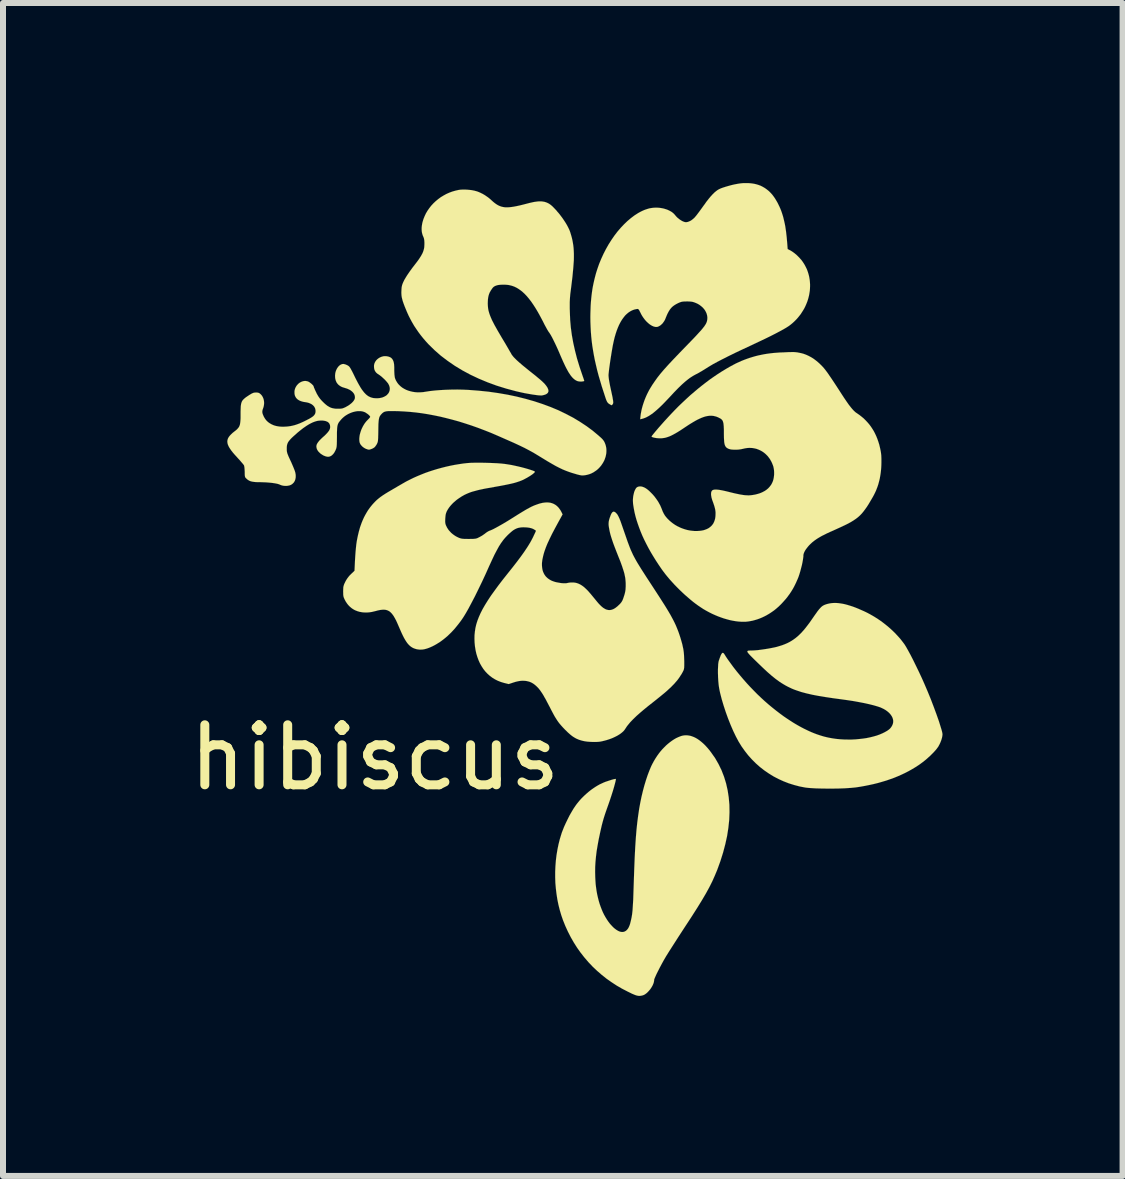
<source format=kicad_pcb>
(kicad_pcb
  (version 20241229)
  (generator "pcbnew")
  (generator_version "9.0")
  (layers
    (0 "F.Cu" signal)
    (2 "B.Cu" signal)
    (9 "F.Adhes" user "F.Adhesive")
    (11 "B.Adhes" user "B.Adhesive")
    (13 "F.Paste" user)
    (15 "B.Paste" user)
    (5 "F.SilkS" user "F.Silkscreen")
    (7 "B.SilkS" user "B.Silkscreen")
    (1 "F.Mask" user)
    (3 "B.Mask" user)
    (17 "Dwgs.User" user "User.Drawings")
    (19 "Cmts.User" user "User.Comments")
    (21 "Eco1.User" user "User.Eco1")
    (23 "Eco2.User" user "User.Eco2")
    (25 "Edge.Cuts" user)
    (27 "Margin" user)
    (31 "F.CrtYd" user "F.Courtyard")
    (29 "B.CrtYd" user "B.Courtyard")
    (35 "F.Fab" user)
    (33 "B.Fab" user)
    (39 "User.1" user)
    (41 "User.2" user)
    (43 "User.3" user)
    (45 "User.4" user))
  (footprint "hibiscus"
    (layer "F.Cu")
    (at 6.696 6.772)
    (property "Reference" "hibiscus" (at -3.5 2.8 0) (unlocked yes) (layer "F.SilkS") (effects (font (size 1 1) (thickness 0.15))))
    (attr board_only exclude_from_bom)
    (fp_poly (pts (xy 1.593 2.446) (xy 1.558 2.46) (xy 1.523 2.476) (xy 1.488 2.496) (xy 1.454 2.518) (xy 1.42 2.543) (xy 1.386 2.57) (xy 1.353 2.599) (xy 1.321 2.631) (xy 1.289 2.664) (xy 1.259 2.699) (xy 1.23 2.736) (xy 1.202 2.775) (xy 1.176 2.815) (xy 1.151 2.857) (xy 1.128 2.899) (xy 1.106 2.943) (xy 1.091 2.978) (xy 1.076 3.014) (xy 1.046 3.092) (xy 1.018 3.176) (xy 0.991 3.265) (xy 0.966 3.359) (xy 0.943 3.455) (xy 0.923 3.552) (xy 0.905 3.651) (xy 0.888 3.765) (xy 0.873 3.88) (xy 0.86 4.002) (xy 0.849 4.136) (xy 0.839 4.288) (xy 0.83 4.461) (xy 0.822 4.662) (xy 0.814 4.895) (xy 0.805 5.17) (xy 0.799 5.268) (xy 0.794 5.346) (xy 0.787 5.41) (xy 0.778 5.465) (xy 0.767 5.515) (xy 0.754 5.567) (xy 0.749 5.584) (xy 0.743 5.6) (xy 0.737 5.614) (xy 0.731 5.628) (xy 0.724 5.641) (xy 0.717 5.652) (xy 0.709 5.662) (xy 0.701 5.672) (xy 0.692 5.68) (xy 0.684 5.687) (xy 0.674 5.693) (xy 0.665 5.698) (xy 0.655 5.702) (xy 0.645 5.705) (xy 0.634 5.707) (xy 0.623 5.707) (xy 0.612 5.707) (xy 0.601 5.705) (xy 0.589 5.703) (xy 0.577 5.699) (xy 0.565 5.694) (xy 0.553 5.688) (xy 0.54 5.681) (xy 0.527 5.673) (xy 0.514 5.664) (xy 0.501 5.654) (xy 0.487 5.643) (xy 0.473 5.63) (xy 0.46 5.617) (xy 0.446 5.602) (xy 0.432 5.587) (xy 0.417 5.57) (xy 0.391 5.536) (xy 0.366 5.499) (xy 0.342 5.46) (xy 0.319 5.419) (xy 0.298 5.376) (xy 0.279 5.331) (xy 0.261 5.284) (xy 0.244 5.235) (xy 0.229 5.184) (xy 0.216 5.132) (xy 0.204 5.079) (xy 0.194 5.024) (xy 0.186 4.968) (xy 0.179 4.911) (xy 0.175 4.853) (xy 0.172 4.794) (xy 0.17 4.708) (xy 0.171 4.623) (xy 0.176 4.538) (xy 0.184 4.452) (xy 0.195 4.361) (xy 0.211 4.265) (xy 0.23 4.161) (xy 0.254 4.048) (xy 0.269 3.981) (xy 0.282 3.925) (xy 0.295 3.876) (xy 0.308 3.829) (xy 0.323 3.78) (xy 0.341 3.725) (xy 0.364 3.659) (xy 0.393 3.577) (xy 0.418 3.505) (xy 0.442 3.432) (xy 0.464 3.363) (xy 0.483 3.299) (xy 0.498 3.244) (xy 0.509 3.201) (xy 0.515 3.171) (xy 0.516 3.162) (xy 0.515 3.158) (xy 0.514 3.157) (xy 0.512 3.157) (xy 0.507 3.157) (xy 0.5 3.158) (xy 0.491 3.16) (xy 0.48 3.162) (xy 0.468 3.165) (xy 0.44 3.173) (xy 0.409 3.183) (xy 0.376 3.194) (xy 0.343 3.205) (xy 0.328 3.211) (xy 0.313 3.217) (xy 0.281 3.232) (xy 0.248 3.247) (xy 0.216 3.265) (xy 0.184 3.284) (xy 0.152 3.305) (xy 0.12 3.327) (xy 0.089 3.35) (xy 0.058 3.375) (xy 0.028 3.401) (xy -0.002 3.428) (xy -0.031 3.456) (xy -0.059 3.484) (xy -0.086 3.514) (xy -0.111 3.544) (xy -0.136 3.575) (xy -0.159 3.607) (xy -0.174 3.629) (xy -0.19 3.653) (xy -0.222 3.707) (xy -0.256 3.766) (xy -0.288 3.83) (xy -0.319 3.894) (xy -0.348 3.958) (xy -0.372 4.019) (xy -0.383 4.047) (xy -0.392 4.075) (xy -0.418 4.16) (xy -0.44 4.248) (xy -0.458 4.337) (xy -0.473 4.427) (xy -0.484 4.519) (xy -0.491 4.611) (xy -0.495 4.704) (xy -0.495 4.797) (xy -0.492 4.89) (xy -0.484 4.982) (xy -0.473 5.073) (xy -0.459 5.164) (xy -0.441 5.253) (xy -0.419 5.341) (xy -0.394 5.426) (xy -0.365 5.51) (xy -0.326 5.607) (xy -0.283 5.701) (xy -0.236 5.793) (xy -0.185 5.882) (xy -0.13 5.969) (xy -0.071 6.052) (xy -0.008 6.132) (xy 0.058 6.209) (xy 0.128 6.283) (xy 0.202 6.353) (xy 0.279 6.42) (xy 0.359 6.484) (xy 0.443 6.543) (xy 0.53 6.6) (xy 0.62 6.652) (xy 0.713 6.7) (xy 0.764 6.725) (xy 0.786 6.736) (xy 0.806 6.744) (xy 0.824 6.752) (xy 0.84 6.758) (xy 0.855 6.763) (xy 0.869 6.767) (xy 0.882 6.769) (xy 0.894 6.771) (xy 0.906 6.771) (xy 0.917 6.771) (xy 0.929 6.77) (xy 0.941 6.768) (xy 0.953 6.765) (xy 0.967 6.762) (xy 0.974 6.759) (xy 0.982 6.756) (xy 0.99 6.752) (xy 0.997 6.748) (xy 1.005 6.743) (xy 1.013 6.737) (xy 1.021 6.731) (xy 1.029 6.725) (xy 1.045 6.71) (xy 1.06 6.694) (xy 1.075 6.677) (xy 1.09 6.659) (xy 1.103 6.64) (xy 1.115 6.62) (xy 1.126 6.601) (xy 1.135 6.581) (xy 1.139 6.571) (xy 1.143 6.561) (xy 1.146 6.552) (xy 1.148 6.543) (xy 1.15 6.533) (xy 1.152 6.525) (xy 1.153 6.516) (xy 1.153 6.508) (xy 1.154 6.5) (xy 1.158 6.489) (xy 1.163 6.475) (xy 1.171 6.457) (xy 1.191 6.412) (xy 1.217 6.36) (xy 1.247 6.301) (xy 1.28 6.239) (xy 1.314 6.177) (xy 1.349 6.117) (xy 1.396 6.041) (xy 1.471 5.924) (xy 1.562 5.782) (xy 1.661 5.63) (xy 1.775 5.456) (xy 1.87 5.307) (xy 1.95 5.177) (xy 2.017 5.063) (xy 2.074 4.959) (xy 2.122 4.863) (xy 2.164 4.769) (xy 2.204 4.673) (xy 2.257 4.527) (xy 2.302 4.384) (xy 2.339 4.244) (xy 2.369 4.107) (xy 2.39 3.972) (xy 2.404 3.84) (xy 2.409 3.712) (xy 2.407 3.586) (xy 2.396 3.464) (xy 2.378 3.346) (xy 2.352 3.231) (xy 2.318 3.12) (xy 2.276 3.012) (xy 2.226 2.909) (xy 2.169 2.81) (xy 2.103 2.716) (xy 2.071 2.674) (xy 2.038 2.635) (xy 2.005 2.599) (xy 1.972 2.567) (xy 1.94 2.539) (xy 1.907 2.513) (xy 1.875 2.491) (xy 1.858 2.481) (xy 1.842 2.472) (xy 1.826 2.464) (xy 1.81 2.457) (xy 1.794 2.451) (xy 1.778 2.445) (xy 1.762 2.44) (xy 1.747 2.437) (xy 1.731 2.434) (xy 1.715 2.432) (xy 1.7 2.43) (xy 1.684 2.43) (xy 1.669 2.43) (xy 1.654 2.432) (xy 1.638 2.434) (xy 1.623 2.437) (xy 1.608 2.441) (xy 1.593 2.446)) (stroke (width 0.001) (type solid)) (fill yes) (layer "F.SilkS"))
    (fp_poly (pts (xy 4.058 0.237) (xy 4.038 0.242) (xy 4.02 0.247) (xy 4.004 0.253) (xy 3.996 0.256) (xy 3.989 0.259) (xy 3.982 0.262) (xy 3.975 0.266) (xy 3.968 0.27) (xy 3.961 0.274) (xy 3.954 0.279) (xy 3.948 0.284) (xy 3.941 0.29) (xy 3.934 0.296) (xy 3.928 0.303) (xy 3.921 0.31) (xy 3.914 0.318) (xy 3.906 0.326) (xy 3.891 0.345) (xy 3.873 0.368) (xy 3.855 0.394) (xy 3.834 0.423) (xy 3.784 0.495) (xy 3.748 0.547) (xy 3.712 0.595) (xy 3.678 0.639) (xy 3.645 0.679) (xy 3.612 0.716) (xy 3.579 0.749) (xy 3.546 0.78) (xy 3.512 0.808) (xy 3.478 0.833) (xy 3.443 0.856) (xy 3.407 0.877) (xy 3.369 0.896) (xy 3.329 0.913) (xy 3.287 0.929) (xy 3.242 0.943) (xy 3.195 0.957) (xy 3.152 0.967) (xy 3.102 0.977) (xy 3.047 0.987) (xy 2.99 0.996) (xy 2.933 1.004) (xy 2.88 1.011) (xy 2.831 1.015) (xy 2.79 1.017) (xy 2.75 1.018) (xy 2.734 1.019) (xy 2.728 1.019) (xy 2.722 1.02) (xy 2.717 1.022) (xy 2.713 1.023) (xy 2.71 1.025) (xy 2.708 1.028) (xy 2.708 1.029) (xy 2.707 1.031) (xy 2.707 1.034) (xy 2.708 1.038) (xy 2.709 1.042) (xy 2.712 1.048) (xy 2.716 1.054) (xy 2.721 1.06) (xy 2.727 1.068) (xy 2.734 1.076) (xy 2.742 1.085) (xy 2.762 1.106) (xy 2.787 1.131) (xy 2.816 1.16) (xy 2.891 1.233) (xy 2.969 1.308) (xy 3.042 1.376) (xy 3.112 1.437) (xy 3.179 1.491) (xy 3.245 1.539) (xy 3.279 1.561) (xy 3.312 1.581) (xy 3.346 1.601) (xy 3.38 1.619) (xy 3.415 1.636) (xy 3.451 1.653) (xy 3.488 1.668) (xy 3.527 1.682) (xy 3.608 1.709) (xy 3.695 1.732) (xy 3.791 1.754) (xy 3.896 1.774) (xy 4.012 1.793) (xy 4.139 1.812) (xy 4.28 1.831) (xy 4.38 1.845) (xy 4.478 1.86) (xy 4.571 1.877) (xy 4.659 1.894) (xy 4.739 1.912) (xy 4.811 1.93) (xy 4.873 1.948) (xy 4.924 1.965) (xy 4.952 1.978) (xy 4.979 1.991) (xy 5.005 2.006) (xy 5.028 2.022) (xy 5.049 2.038) (xy 5.059 2.047) (xy 5.069 2.056) (xy 5.077 2.065) (xy 5.086 2.074) (xy 5.093 2.083) (xy 5.1 2.093) (xy 5.107 2.103) (xy 5.113 2.112) (xy 5.118 2.122) (xy 5.123 2.132) (xy 5.127 2.142) (xy 5.13 2.152) (xy 5.133 2.162) (xy 5.135 2.172) (xy 5.137 2.182) (xy 5.137 2.192) (xy 5.137 2.202) (xy 5.137 2.211) (xy 5.135 2.221) (xy 5.133 2.231) (xy 5.131 2.241) (xy 5.127 2.25) (xy 5.123 2.26) (xy 5.118 2.27) (xy 5.113 2.279) (xy 5.108 2.288) (xy 5.102 2.296) (xy 5.096 2.304) (xy 5.09 2.311) (xy 5.083 2.319) (xy 5.075 2.326) (xy 5.067 2.333) (xy 5.058 2.34) (xy 5.048 2.347) (xy 5.038 2.354) (xy 5.026 2.361) (xy 5.014 2.368) (xy 5 2.376) (xy 4.958 2.397) (xy 4.911 2.417) (xy 4.861 2.435) (xy 4.808 2.45) (xy 4.752 2.464) (xy 4.694 2.476) (xy 4.634 2.485) (xy 4.572 2.492) (xy 4.508 2.498) (xy 4.444 2.501) (xy 4.38 2.501) (xy 4.316 2.5) (xy 4.252 2.496) (xy 4.188 2.49) (xy 4.126 2.481) (xy 4.065 2.47) (xy 4.025 2.461) (xy 3.984 2.451) (xy 3.943 2.439) (xy 3.902 2.426) (xy 3.861 2.412) (xy 3.819 2.396) (xy 3.777 2.379) (xy 3.734 2.36) (xy 3.692 2.34) (xy 3.649 2.319) (xy 3.605 2.296) (xy 3.561 2.272) (xy 3.516 2.246) (xy 3.471 2.219) (xy 3.426 2.19) (xy 3.38 2.16) (xy 3.315 2.116) (xy 3.251 2.069) (xy 3.187 2.02) (xy 3.123 1.969) (xy 3.059 1.916) (xy 2.996 1.861) (xy 2.934 1.804) (xy 2.872 1.745) (xy 2.812 1.684) (xy 2.752 1.622) (xy 2.693 1.558) (xy 2.636 1.493) (xy 2.58 1.427) (xy 2.525 1.36) (xy 2.472 1.292) (xy 2.421 1.222) (xy 2.392 1.182) (xy 2.366 1.145) (xy 2.345 1.113) (xy 2.332 1.092) (xy 2.328 1.086) (xy 2.325 1.081) (xy 2.322 1.076) (xy 2.319 1.072) (xy 2.316 1.068) (xy 2.313 1.065) (xy 2.31 1.062) (xy 2.307 1.06) (xy 2.304 1.058) (xy 2.302 1.057) (xy 2.3 1.056) (xy 2.299 1.056) (xy 2.298 1.056) (xy 2.296 1.056) (xy 2.295 1.056) (xy 2.294 1.057) (xy 2.292 1.057) (xy 2.291 1.058) (xy 2.288 1.06) (xy 2.285 1.062) (xy 2.283 1.065) (xy 2.28 1.069) (xy 2.277 1.073) (xy 2.274 1.078) (xy 2.271 1.083) (xy 2.268 1.09) (xy 2.265 1.096) (xy 2.261 1.104) (xy 2.258 1.112) (xy 2.255 1.121) (xy 2.247 1.141) (xy 2.239 1.165) (xy 2.23 1.191) (xy 2.227 1.205) (xy 2.224 1.223) (xy 2.221 1.245) (xy 2.22 1.27) (xy 2.217 1.328) (xy 2.217 1.393) (xy 2.219 1.461) (xy 2.223 1.528) (xy 2.229 1.591) (xy 2.233 1.619) (xy 2.237 1.645) (xy 2.245 1.687) (xy 2.255 1.732) (xy 2.28 1.829) (xy 2.311 1.933) (xy 2.346 2.04) (xy 2.385 2.148) (xy 2.427 2.254) (xy 2.471 2.356) (xy 2.516 2.45) (xy 2.561 2.534) (xy 2.61 2.614) (xy 2.664 2.69) (xy 2.721 2.763) (xy 2.783 2.832) (xy 2.848 2.897) (xy 2.917 2.958) (xy 2.99 3.015) (xy 3.066 3.067) (xy 3.144 3.115) (xy 3.226 3.158) (xy 3.31 3.196) (xy 3.397 3.23) (xy 3.487 3.258) (xy 3.578 3.282) (xy 3.672 3.3) (xy 3.705 3.304) (xy 3.746 3.308) (xy 3.844 3.314) (xy 3.959 3.317) (xy 4.083 3.318) (xy 4.208 3.317) (xy 4.327 3.313) (xy 4.431 3.306) (xy 4.513 3.298) (xy 4.592 3.286) (xy 4.669 3.272) (xy 4.743 3.257) (xy 4.816 3.241) (xy 4.888 3.223) (xy 4.957 3.203) (xy 5.024 3.183) (xy 5.09 3.16) (xy 5.154 3.137) (xy 5.217 3.111) (xy 5.278 3.084) (xy 5.337 3.056) (xy 5.395 3.026) (xy 5.452 2.994) (xy 5.507 2.961) (xy 5.561 2.926) (xy 5.584 2.91) (xy 5.607 2.893) (xy 5.631 2.875) (xy 5.655 2.856) (xy 5.679 2.837) (xy 5.702 2.817) (xy 5.725 2.796) (xy 5.748 2.776) (xy 5.769 2.755) (xy 5.79 2.734) (xy 5.81 2.714) (xy 5.828 2.694) (xy 5.845 2.675) (xy 5.86 2.657) (xy 5.873 2.639) (xy 5.885 2.623) (xy 5.892 2.611) (xy 5.899 2.598) (xy 5.906 2.585) (xy 5.913 2.571) (xy 5.919 2.558) (xy 5.925 2.544) (xy 5.931 2.529) (xy 5.936 2.515) (xy 5.941 2.501) (xy 5.945 2.487) (xy 5.949 2.473) (xy 5.952 2.46) (xy 5.954 2.448) (xy 5.956 2.436) (xy 5.957 2.424) (xy 5.958 2.414) (xy 5.956 2.396) (xy 5.951 2.371) (xy 5.942 2.337) (xy 5.93 2.298) (xy 5.9 2.201) (xy 5.86 2.087) (xy 5.814 1.962) (xy 5.764 1.831) (xy 5.711 1.701) (xy 5.658 1.577) (xy 5.615 1.48) (xy 5.568 1.379) (xy 5.519 1.278) (xy 5.471 1.18) (xy 5.425 1.09) (xy 5.383 1.013) (xy 5.348 0.951) (xy 5.322 0.91) (xy 5.293 0.872) (xy 5.263 0.833) (xy 5.231 0.796) (xy 5.197 0.759) (xy 5.162 0.722) (xy 5.125 0.686) (xy 5.087 0.651) (xy 5.048 0.617) (xy 5.007 0.584) (xy 4.966 0.552) (xy 4.924 0.521) (xy 4.881 0.492) (xy 4.837 0.464) (xy 4.792 0.437) (xy 4.748 0.412) (xy 4.703 0.388) (xy 4.651 0.363) (xy 4.601 0.341) (xy 4.553 0.32) (xy 4.506 0.301) (xy 4.46 0.284) (xy 4.416 0.27) (xy 4.373 0.257) (xy 4.332 0.246) (xy 4.293 0.238) (xy 4.255 0.232) (xy 4.218 0.227) (xy 4.183 0.225) (xy 4.149 0.225) (xy 4.117 0.227) (xy 4.087 0.231) (xy 4.058 0.237)) (stroke (width 0.001) (type solid)) (fill yes) (layer "F.SilkS"))
    (fp_poly (pts (xy -2.104 -6.657) (xy -2.157 -6.645) (xy -2.21 -6.63) (xy -2.261 -6.611) (xy -2.31 -6.589) (xy -2.357 -6.563) (xy -2.403 -6.535) (xy -2.446 -6.503) (xy -2.487 -6.469) (xy -2.525 -6.433) (xy -2.561 -6.394) (xy -2.593 -6.353) (xy -2.623 -6.31) (xy -2.649 -6.266) (xy -2.671 -6.219) (xy -2.69 -6.172) (xy -2.705 -6.122) (xy -2.709 -6.106) (xy -2.712 -6.089) (xy -2.715 -6.072) (xy -2.717 -6.056) (xy -2.719 -6.04) (xy -2.72 -6.025) (xy -2.72 -6.009) (xy -2.72 -5.994) (xy -2.719 -5.98) (xy -2.718 -5.966) (xy -2.716 -5.952) (xy -2.713 -5.938) (xy -2.71 -5.925) (xy -2.706 -5.913) (xy -2.702 -5.9) (xy -2.697 -5.889) (xy -2.694 -5.881) (xy -2.691 -5.874) (xy -2.688 -5.867) (xy -2.685 -5.86) (xy -2.683 -5.853) (xy -2.681 -5.845) (xy -2.68 -5.838) (xy -2.678 -5.83) (xy -2.677 -5.822) (xy -2.676 -5.814) (xy -2.675 -5.805) (xy -2.675 -5.796) (xy -2.674 -5.786) (xy -2.674 -5.775) (xy -2.674 -5.764) (xy -2.674 -5.752) (xy -2.675 -5.731) (xy -2.676 -5.712) (xy -2.678 -5.692) (xy -2.682 -5.674) (xy -2.687 -5.655) (xy -2.693 -5.636) (xy -2.7 -5.617) (xy -2.709 -5.597) (xy -2.72 -5.577) (xy -2.732 -5.555) (xy -2.747 -5.532) (xy -2.763 -5.507) (xy -2.782 -5.48) (xy -2.803 -5.452) (xy -2.827 -5.421) (xy -2.853 -5.387) (xy -2.877 -5.356) (xy -2.901 -5.323) (xy -2.924 -5.291) (xy -2.945 -5.26) (xy -2.966 -5.229) (xy -2.983 -5.201) (xy -2.998 -5.176) (xy -3.01 -5.155) (xy -3.023 -5.128) (xy -3.029 -5.116) (xy -3.033 -5.105) (xy -3.038 -5.094) (xy -3.041 -5.084) (xy -3.045 -5.075) (xy -3.047 -5.065) (xy -3.049 -5.056) (xy -3.051 -5.047) (xy -3.053 -5.037) (xy -3.054 -5.026) (xy -3.055 -5.015) (xy -3.056 -5.002) (xy -3.057 -4.974) (xy -3.058 -4.956) (xy -3.058 -4.938) (xy -3.057 -4.921) (xy -3.056 -4.903) (xy -3.054 -4.886) (xy -3.051 -4.868) (xy -3.047 -4.85) (xy -3.042 -4.831) (xy -3.037 -4.811) (xy -3.03 -4.79) (xy -3.022 -4.767) (xy -3.013 -4.743) (xy -3.003 -4.716) (xy -2.991 -4.687) (xy -2.964 -4.622) (xy -2.938 -4.564) (xy -2.909 -4.507) (xy -2.878 -4.45) (xy -2.846 -4.395) (xy -2.81 -4.341) (xy -2.773 -4.287) (xy -2.734 -4.235) (xy -2.692 -4.183) (xy -2.649 -4.133) (xy -2.603 -4.083) (xy -2.506 -3.988) (xy -2.401 -3.896) (xy -2.288 -3.81) (xy -2.169 -3.728) (xy -2.042 -3.651) (xy -1.908 -3.579) (xy -1.768 -3.513) (xy -1.622 -3.452) (xy -1.469 -3.396) (xy -1.311 -3.347) (xy -1.147 -3.303) (xy -1.077 -3.287) (xy -1.008 -3.272) (xy -0.941 -3.26) (xy -0.878 -3.249) (xy -0.821 -3.241) (xy -0.774 -3.235) (xy -0.736 -3.233) (xy -0.722 -3.233) (xy -0.712 -3.234) (xy -0.694 -3.238) (xy -0.678 -3.242) (xy -0.67 -3.245) (xy -0.663 -3.247) (xy -0.656 -3.25) (xy -0.65 -3.252) (xy -0.645 -3.255) (xy -0.639 -3.259) (xy -0.634 -3.262) (xy -0.63 -3.265) (xy -0.626 -3.269) (xy -0.622 -3.273) (xy -0.619 -3.276) (xy -0.616 -3.28) (xy -0.614 -3.285) (xy -0.612 -3.289) (xy -0.61 -3.294) (xy -0.609 -3.298) (xy -0.608 -3.303) (xy -0.608 -3.308) (xy -0.608 -3.314) (xy -0.609 -3.319) (xy -0.61 -3.325) (xy -0.611 -3.33) (xy -0.613 -3.336) (xy -0.615 -3.342) (xy -0.618 -3.349) (xy -0.621 -3.355) (xy -0.624 -3.362) (xy -0.628 -3.369) (xy -0.635 -3.38) (xy -0.642 -3.39) (xy -0.651 -3.402) (xy -0.66 -3.413) (xy -0.67 -3.425) (xy -0.682 -3.438) (xy -0.696 -3.451) (xy -0.711 -3.466) (xy -0.728 -3.481) (xy -0.747 -3.498) (xy -0.769 -3.516) (xy -0.793 -3.536) (xy -0.819 -3.558) (xy -0.849 -3.582) (xy -0.916 -3.635) (xy -0.984 -3.69) (xy -1.044 -3.739) (xy -1.094 -3.782) (xy -1.136 -3.82) (xy -1.17 -3.854) (xy -1.185 -3.869) (xy -1.197 -3.883) (xy -1.208 -3.897) (xy -1.217 -3.909) (xy -1.225 -3.921) (xy -1.23 -3.932) (xy -1.25 -3.965) (xy -1.285 -4.026) (xy -1.331 -4.105) (xy -1.384 -4.193) (xy -1.452 -4.309) (xy -1.507 -4.407) (xy -1.529 -4.45) (xy -1.549 -4.489) (xy -1.565 -4.526) (xy -1.579 -4.56) (xy -1.591 -4.593) (xy -1.6 -4.623) (xy -1.608 -4.653) (xy -1.613 -4.681) (xy -1.616 -4.71) (xy -1.618 -4.738) (xy -1.619 -4.767) (xy -1.618 -4.797) (xy -1.617 -4.816) (xy -1.616 -4.833) (xy -1.614 -4.85) (xy -1.612 -4.865) (xy -1.609 -4.88) (xy -1.606 -4.894) (xy -1.602 -4.907) (xy -1.598 -4.92) (xy -1.593 -4.933) (xy -1.588 -4.946) (xy -1.581 -4.958) (xy -1.574 -4.971) (xy -1.567 -4.983) (xy -1.558 -4.996) (xy -1.549 -5.01) (xy -1.538 -5.024) (xy -1.535 -5.028) (xy -1.532 -5.032) (xy -1.528 -5.035) (xy -1.524 -5.039) (xy -1.52 -5.042) (xy -1.516 -5.046) (xy -1.511 -5.049) (xy -1.506 -5.052) (xy -1.501 -5.054) (xy -1.496 -5.057) (xy -1.49 -5.059) (xy -1.484 -5.062) (xy -1.478 -5.064) (xy -1.472 -5.066) (xy -1.459 -5.07) (xy -1.444 -5.073) (xy -1.429 -5.075) (xy -1.413 -5.077) (xy -1.395 -5.078) (xy -1.377 -5.079) (xy -1.358 -5.079) (xy -1.338 -5.079) (xy -1.316 -5.078) (xy -1.295 -5.076) (xy -1.275 -5.074) (xy -1.255 -5.07) (xy -1.235 -5.065) (xy -1.215 -5.06) (xy -1.195 -5.053) (xy -1.176 -5.046) (xy -1.157 -5.037) (xy -1.137 -5.027) (xy -1.118 -5.016) (xy -1.1 -5.004) (xy -1.081 -4.991) (xy -1.062 -4.977) (xy -1.043 -4.962) (xy -1.025 -4.945) (xy -1.006 -4.928) (xy -0.988 -4.909) (xy -0.969 -4.889) (xy -0.932 -4.845) (xy -0.895 -4.797) (xy -0.858 -4.743) (xy -0.82 -4.684) (xy -0.782 -4.62) (xy -0.744 -4.551) (xy -0.704 -4.476) (xy -0.671 -4.41) (xy -0.639 -4.352) (xy -0.626 -4.328) (xy -0.614 -4.309) (xy -0.605 -4.294) (xy -0.599 -4.285) (xy -0.591 -4.276) (xy -0.584 -4.264) (xy -0.575 -4.25) (xy -0.566 -4.235) (xy -0.556 -4.217) (xy -0.545 -4.197) (xy -0.522 -4.151) (xy -0.496 -4.098) (xy -0.468 -4.038) (xy -0.438 -3.971) (xy -0.407 -3.898) (xy -0.364 -3.8) (xy -0.344 -3.757) (xy -0.325 -3.717) (xy -0.306 -3.68) (xy -0.288 -3.647) (xy -0.271 -3.617) (xy -0.253 -3.59) (xy -0.237 -3.566) (xy -0.22 -3.545) (xy -0.204 -3.527) (xy -0.187 -3.511) (xy -0.171 -3.498) (xy -0.155 -3.487) (xy -0.138 -3.478) (xy -0.121 -3.471) (xy -0.115 -3.47) (xy -0.107 -3.468) (xy -0.099 -3.467) (xy -0.091 -3.466) (xy -0.082 -3.465) (xy -0.073 -3.465) (xy -0.063 -3.465) (xy -0.054 -3.465) (xy -0.046 -3.466) (xy -0.038 -3.467) (xy -0.03 -3.468) (xy -0.024 -3.469) (xy -0.019 -3.471) (xy -0.015 -3.472) (xy -0.013 -3.473) (xy -0.012 -3.474) (xy -0.011 -3.475) (xy -0.011 -3.477) (xy -0.011 -3.477) (xy -0.012 -3.479) (xy -0.014 -3.485) (xy -0.02 -3.505) (xy -0.03 -3.534) (xy -0.042 -3.569) (xy -0.09 -3.711) (xy -0.132 -3.849) (xy -0.166 -3.982) (xy -0.195 -4.112) (xy -0.218 -4.239) (xy -0.235 -4.366) (xy -0.246 -4.492) (xy -0.251 -4.62) (xy -0.253 -4.684) (xy -0.253 -4.738) (xy -0.253 -4.786) (xy -0.251 -4.83) (xy -0.248 -4.875) (xy -0.244 -4.922) (xy -0.237 -4.975) (xy -0.229 -5.038) (xy -0.208 -5.21) (xy -0.194 -5.357) (xy -0.185 -5.483) (xy -0.184 -5.54) (xy -0.184 -5.593) (xy -0.186 -5.643) (xy -0.189 -5.69) (xy -0.194 -5.735) (xy -0.201 -5.779) (xy -0.209 -5.822) (xy -0.219 -5.865) (xy -0.231 -5.907) (xy -0.244 -5.95) (xy -0.252 -5.973) (xy -0.262 -5.997) (xy -0.274 -6.022) (xy -0.287 -6.048) (xy -0.301 -6.074) (xy -0.317 -6.101) (xy -0.334 -6.128) (xy -0.352 -6.155) (xy -0.371 -6.183) (xy -0.391 -6.21) (xy -0.412 -6.238) (xy -0.433 -6.265) (xy -0.456 -6.291) (xy -0.478 -6.318) (xy -0.502 -6.343) (xy -0.526 -6.368) (xy -0.546 -6.388) (xy -0.556 -6.396) (xy -0.566 -6.405) (xy -0.577 -6.413) (xy -0.587 -6.42) (xy -0.597 -6.427) (xy -0.608 -6.433) (xy -0.619 -6.438) (xy -0.63 -6.444) (xy -0.641 -6.448) (xy -0.652 -6.452) (xy -0.664 -6.456) (xy -0.676 -6.459) (xy -0.688 -6.461) (xy -0.7 -6.463) (xy -0.713 -6.465) (xy -0.727 -6.466) (xy -0.741 -6.466) (xy -0.755 -6.466) (xy -0.769 -6.466) (xy -0.785 -6.465) (xy -0.8 -6.463) (xy -0.816 -6.461) (xy -0.851 -6.456) (xy -0.887 -6.448) (xy -0.927 -6.439) (xy -0.969 -6.428) (xy -1.031 -6.412) (xy -1.088 -6.398) (xy -1.139 -6.387) (xy -1.186 -6.378) (xy -1.228 -6.372) (xy -1.267 -6.368) (xy -1.303 -6.367) (xy -1.335 -6.368) (xy -1.366 -6.373) (xy -1.395 -6.38) (xy -1.422 -6.39) (xy -1.448 -6.402) (xy -1.474 -6.418) (xy -1.5 -6.436) (xy -1.527 -6.458) (xy -1.554 -6.482) (xy -1.569 -6.496) (xy -1.584 -6.509) (xy -1.6 -6.522) (xy -1.615 -6.534) (xy -1.631 -6.545) (xy -1.647 -6.556) (xy -1.663 -6.567) (xy -1.679 -6.577) (xy -1.695 -6.586) (xy -1.711 -6.595) (xy -1.728 -6.603) (xy -1.744 -6.611) (xy -1.76 -6.618) (xy -1.777 -6.625) (xy -1.793 -6.631) (xy -1.809 -6.636) (xy -1.825 -6.64) (xy -1.842 -6.645) (xy -1.859 -6.648) (xy -1.878 -6.652) (xy -1.897 -6.655) (xy -1.917 -6.657) (xy -1.937 -6.659) (xy -1.957 -6.661) (xy -1.977 -6.662) (xy -1.997 -6.663) (xy -2.017 -6.663) (xy -2.036 -6.663) (xy -2.055 -6.662) (xy -2.072 -6.661) (xy -2.088 -6.659) (xy -2.104 -6.657)) (stroke (width 0.001) (type solid)) (fill yes) (layer "F.SilkS"))
    (fp_poly (pts (xy 2.534 -6.757) (xy 2.487 -6.748) (xy 2.44 -6.737) (xy 2.393 -6.724) (xy 2.348 -6.711) (xy 2.307 -6.698) (xy 2.27 -6.685) (xy 2.241 -6.672) (xy 2.229 -6.666) (xy 2.219 -6.66) (xy 2.206 -6.652) (xy 2.193 -6.642) (xy 2.18 -6.632) (xy 2.167 -6.621) (xy 2.153 -6.609) (xy 2.14 -6.595) (xy 2.125 -6.581) (xy 2.111 -6.565) (xy 2.096 -6.549) (xy 2.081 -6.531) (xy 2.065 -6.512) (xy 2.049 -6.491) (xy 2.032 -6.47) (xy 2.015 -6.447) (xy 1.998 -6.422) (xy 1.979 -6.397) (xy 1.941 -6.344) (xy 1.903 -6.292) (xy 1.869 -6.247) (xy 1.855 -6.229) (xy 1.844 -6.216) (xy 1.834 -6.204) (xy 1.823 -6.192) (xy 1.812 -6.182) (xy 1.8 -6.172) (xy 1.789 -6.163) (xy 1.777 -6.154) (xy 1.766 -6.147) (xy 1.754 -6.14) (xy 1.742 -6.135) (xy 1.731 -6.13) (xy 1.72 -6.126) (xy 1.709 -6.123) (xy 1.698 -6.121) (xy 1.692 -6.12) (xy 1.687 -6.12) (xy 1.682 -6.12) (xy 1.677 -6.12) (xy 1.672 -6.121) (xy 1.667 -6.121) (xy 1.658 -6.124) (xy 1.648 -6.127) (xy 1.638 -6.131) (xy 1.627 -6.136) (xy 1.616 -6.141) (xy 1.605 -6.148) (xy 1.594 -6.155) (xy 1.583 -6.162) (xy 1.572 -6.17) (xy 1.561 -6.179) (xy 1.55 -6.188) (xy 1.539 -6.197) (xy 1.529 -6.207) (xy 1.52 -6.217) (xy 1.511 -6.227) (xy 1.502 -6.238) (xy 1.494 -6.247) (xy 1.486 -6.256) (xy 1.477 -6.265) (xy 1.467 -6.274) (xy 1.456 -6.282) (xy 1.446 -6.29) (xy 1.434 -6.297) (xy 1.422 -6.304) (xy 1.397 -6.317) (xy 1.37 -6.329) (xy 1.342 -6.338) (xy 1.312 -6.347) (xy 1.282 -6.353) (xy 1.251 -6.358) (xy 1.219 -6.361) (xy 1.187 -6.362) (xy 1.155 -6.361) (xy 1.123 -6.358) (xy 1.091 -6.353) (xy 1.075 -6.35) (xy 1.06 -6.346) (xy 1.031 -6.337) (xy 1.001 -6.327) (xy 0.972 -6.315) (xy 0.942 -6.301) (xy 0.913 -6.286) (xy 0.883 -6.269) (xy 0.824 -6.231) (xy 0.766 -6.187) (xy 0.708 -6.138) (xy 0.652 -6.084) (xy 0.597 -6.026) (xy 0.543 -5.963) (xy 0.491 -5.895) (xy 0.442 -5.824) (xy 0.395 -5.75) (xy 0.351 -5.672) (xy 0.31 -5.592) (xy 0.272 -5.509) (xy 0.237 -5.424) (xy 0.219 -5.373) (xy 0.202 -5.323) (xy 0.186 -5.272) (xy 0.172 -5.22) (xy 0.159 -5.169) (xy 0.147 -5.116) (xy 0.136 -5.064) (xy 0.126 -5.01) (xy 0.118 -4.955) (xy 0.111 -4.9) (xy 0.105 -4.843) (xy 0.1 -4.786) (xy 0.096 -4.726) (xy 0.094 -4.666) (xy 0.092 -4.604) (xy 0.091 -4.54) (xy 0.092 -4.46) (xy 0.095 -4.38) (xy 0.099 -4.301) (xy 0.105 -4.222) (xy 0.113 -4.143) (xy 0.123 -4.063) (xy 0.136 -3.983) (xy 0.15 -3.902) (xy 0.166 -3.82) (xy 0.185 -3.737) (xy 0.205 -3.652) (xy 0.228 -3.565) (xy 0.281 -3.385) (xy 0.343 -3.194) (xy 0.351 -3.171) (xy 0.355 -3.16) (xy 0.359 -3.151) (xy 0.362 -3.143) (xy 0.366 -3.136) (xy 0.369 -3.129) (xy 0.373 -3.123) (xy 0.377 -3.118) (xy 0.38 -3.113) (xy 0.384 -3.108) (xy 0.389 -3.104) (xy 0.393 -3.1) (xy 0.398 -3.096) (xy 0.403 -3.093) (xy 0.409 -3.089) (xy 0.421 -3.082) (xy 0.426 -3.079) (xy 0.431 -3.076) (xy 0.435 -3.074) (xy 0.436 -3.073) (xy 0.438 -3.073) (xy 0.44 -3.072) (xy 0.441 -3.072) (xy 0.442 -3.072) (xy 0.444 -3.071) (xy 0.445 -3.071) (xy 0.446 -3.072) (xy 0.447 -3.072) (xy 0.448 -3.072) (xy 0.449 -3.073) (xy 0.45 -3.073) (xy 0.451 -3.074) (xy 0.453 -3.075) (xy 0.455 -3.077) (xy 0.457 -3.08) (xy 0.459 -3.083) (xy 0.462 -3.086) (xy 0.463 -3.088) (xy 0.465 -3.09) (xy 0.466 -3.093) (xy 0.467 -3.095) (xy 0.468 -3.097) (xy 0.469 -3.1) (xy 0.47 -3.103) (xy 0.471 -3.106) (xy 0.471 -3.109) (xy 0.471 -3.112) (xy 0.472 -3.116) (xy 0.472 -3.121) (xy 0.471 -3.126) (xy 0.471 -3.131) (xy 0.47 -3.137) (xy 0.47 -3.143) (xy 0.469 -3.15) (xy 0.467 -3.158) (xy 0.466 -3.167) (xy 0.464 -3.176) (xy 0.461 -3.197) (xy 0.456 -3.221) (xy 0.45 -3.249) (xy 0.443 -3.282) (xy 0.435 -3.319) (xy 0.426 -3.36) (xy 0.417 -3.403) (xy 0.41 -3.441) (xy 0.404 -3.474) (xy 0.399 -3.504) (xy 0.396 -3.529) (xy 0.394 -3.552) (xy 0.393 -3.571) (xy 0.394 -3.588) (xy 0.398 -3.627) (xy 0.404 -3.679) (xy 0.422 -3.808) (xy 0.444 -3.948) (xy 0.465 -4.068) (xy 0.479 -4.134) (xy 0.494 -4.197) (xy 0.511 -4.256) (xy 0.529 -4.311) (xy 0.549 -4.363) (xy 0.57 -4.411) (xy 0.593 -4.455) (xy 0.617 -4.495) (xy 0.643 -4.531) (xy 0.669 -4.564) (xy 0.698 -4.592) (xy 0.727 -4.616) (xy 0.758 -4.636) (xy 0.789 -4.652) (xy 0.822 -4.664) (xy 0.857 -4.672) (xy 0.863 -4.673) (xy 0.869 -4.673) (xy 0.872 -4.674) (xy 0.874 -4.674) (xy 0.876 -4.674) (xy 0.879 -4.674) (xy 0.881 -4.674) (xy 0.883 -4.673) (xy 0.885 -4.673) (xy 0.886 -4.672) (xy 0.888 -4.671) (xy 0.89 -4.67) (xy 0.892 -4.669) (xy 0.893 -4.668) (xy 0.895 -4.666) (xy 0.897 -4.664) (xy 0.898 -4.662) (xy 0.9 -4.659) (xy 0.902 -4.656) (xy 0.904 -4.653) (xy 0.906 -4.65) (xy 0.908 -4.647) (xy 0.912 -4.638) (xy 0.917 -4.629) (xy 0.929 -4.605) (xy 0.942 -4.579) (xy 0.957 -4.554) (xy 0.973 -4.53) (xy 0.99 -4.507) (xy 1.007 -4.486) (xy 1.025 -4.466) (xy 1.044 -4.448) (xy 1.063 -4.431) (xy 1.082 -4.416) (xy 1.101 -4.404) (xy 1.12 -4.393) (xy 1.139 -4.385) (xy 1.148 -4.381) (xy 1.157 -4.379) (xy 1.166 -4.377) (xy 1.174 -4.375) (xy 1.183 -4.374) (xy 1.191 -4.374) (xy 1.199 -4.375) (xy 1.207 -4.376) (xy 1.212 -4.377) (xy 1.217 -4.379) (xy 1.222 -4.381) (xy 1.227 -4.383) (xy 1.236 -4.388) (xy 1.246 -4.393) (xy 1.256 -4.4) (xy 1.266 -4.407) (xy 1.275 -4.416) (xy 1.285 -4.425) (xy 1.294 -4.434) (xy 1.302 -4.445) (xy 1.31 -4.456) (xy 1.318 -4.467) (xy 1.325 -4.479) (xy 1.332 -4.491) (xy 1.338 -4.504) (xy 1.343 -4.517) (xy 1.354 -4.544) (xy 1.364 -4.568) (xy 1.374 -4.591) (xy 1.385 -4.612) (xy 1.395 -4.631) (xy 1.406 -4.649) (xy 1.417 -4.666) (xy 1.429 -4.681) (xy 1.441 -4.695) (xy 1.454 -4.708) (xy 1.468 -4.72) (xy 1.483 -4.731) (xy 1.499 -4.742) (xy 1.516 -4.752) (xy 1.534 -4.762) (xy 1.554 -4.772) (xy 1.563 -4.776) (xy 1.572 -4.78) (xy 1.58 -4.783) (xy 1.588 -4.786) (xy 1.596 -4.789) (xy 1.603 -4.791) (xy 1.611 -4.793) (xy 1.619 -4.795) (xy 1.627 -4.796) (xy 1.636 -4.797) (xy 1.645 -4.798) (xy 1.655 -4.799) (xy 1.666 -4.799) (xy 1.677 -4.799) (xy 1.703 -4.8) (xy 1.73 -4.799) (xy 1.752 -4.798) (xy 1.762 -4.797) (xy 1.771 -4.796) (xy 1.78 -4.795) (xy 1.789 -4.793) (xy 1.797 -4.792) (xy 1.806 -4.789) (xy 1.814 -4.787) (xy 1.822 -4.784) (xy 1.831 -4.781) (xy 1.84 -4.777) (xy 1.86 -4.769) (xy 1.871 -4.764) (xy 1.882 -4.758) (xy 1.893 -4.752) (xy 1.903 -4.746) (xy 1.913 -4.739) (xy 1.922 -4.732) (xy 1.932 -4.725) (xy 1.941 -4.718) (xy 1.949 -4.71) (xy 1.958 -4.703) (xy 1.966 -4.695) (xy 1.973 -4.687) (xy 1.981 -4.678) (xy 1.988 -4.67) (xy 1.994 -4.661) (xy 2 -4.652) (xy 2.006 -4.643) (xy 2.011 -4.634) (xy 2.016 -4.624) (xy 2.02 -4.615) (xy 2.025 -4.605) (xy 2.028 -4.596) (xy 2.031 -4.586) (xy 2.034 -4.576) (xy 2.036 -4.566) (xy 2.038 -4.557) (xy 2.039 -4.547) (xy 2.04 -4.537) (xy 2.041 -4.527) (xy 2.04 -4.517) (xy 2.04 -4.507) (xy 2.039 -4.497) (xy 2.036 -4.482) (xy 2.035 -4.475) (xy 2.033 -4.468) (xy 2.031 -4.46) (xy 2.028 -4.453) (xy 2.025 -4.445) (xy 2.022 -4.438) (xy 2.018 -4.43) (xy 2.014 -4.422) (xy 2.009 -4.414) (xy 2.003 -4.405) (xy 1.997 -4.396) (xy 1.991 -4.386) (xy 1.975 -4.366) (xy 1.957 -4.343) (xy 1.935 -4.317) (xy 1.909 -4.289) (xy 1.88 -4.257) (xy 1.847 -4.221) (xy 1.809 -4.181) (xy 1.718 -4.087) (xy 1.585 -3.95) (xy 1.476 -3.836) (xy 1.388 -3.742) (xy 1.317 -3.663) (xy 1.259 -3.595) (xy 1.21 -3.533) (xy 1.167 -3.473) (xy 1.124 -3.41) (xy 1.105 -3.379) (xy 1.086 -3.348) (xy 1.068 -3.317) (xy 1.051 -3.284) (xy 1.035 -3.252) (xy 1.02 -3.219) (xy 1.006 -3.186) (xy 0.993 -3.153) (xy 0.981 -3.119) (xy 0.97 -3.086) (xy 0.96 -3.053) (xy 0.951 -3.02) (xy 0.943 -2.987) (xy 0.937 -2.955) (xy 0.931 -2.923) (xy 0.927 -2.891) (xy 0.921 -2.836) (xy 0.95 -2.843) (xy 0.972 -2.849) (xy 0.994 -2.857) (xy 1.017 -2.866) (xy 1.04 -2.878) (xy 1.064 -2.891) (xy 1.089 -2.907) (xy 1.114 -2.924) (xy 1.141 -2.944) (xy 1.169 -2.967) (xy 1.198 -2.992) (xy 1.228 -3.019) (xy 1.26 -3.049) (xy 1.294 -3.082) (xy 1.329 -3.118) (xy 1.366 -3.157) (xy 1.406 -3.199) (xy 1.485 -3.284) (xy 1.554 -3.355) (xy 1.586 -3.386) (xy 1.615 -3.414) (xy 1.644 -3.44) (xy 1.671 -3.464) (xy 1.697 -3.485) (xy 1.722 -3.505) (xy 1.747 -3.524) (xy 1.772 -3.54) (xy 1.797 -3.556) (xy 1.821 -3.57) (xy 1.847 -3.584) (xy 1.873 -3.597) (xy 1.886 -3.604) (xy 1.902 -3.613) (xy 1.92 -3.624) (xy 1.94 -3.635) (xy 1.981 -3.66) (xy 2.021 -3.685) (xy 2.074 -3.718) (xy 2.136 -3.755) (xy 2.21 -3.795) (xy 2.295 -3.839) (xy 2.392 -3.888) (xy 2.504 -3.943) (xy 2.631 -4.003) (xy 2.773 -4.069) (xy 3.001 -4.177) (xy 3.097 -4.224) (xy 3.181 -4.267) (xy 3.253 -4.305) (xy 3.313 -4.338) (xy 3.362 -4.367) (xy 3.399 -4.391) (xy 3.432 -4.416) (xy 3.463 -4.442) (xy 3.493 -4.47) (xy 3.521 -4.498) (xy 3.548 -4.528) (xy 3.573 -4.559) (xy 3.597 -4.59) (xy 3.618 -4.623) (xy 3.639 -4.656) (xy 3.658 -4.689) (xy 3.675 -4.724) (xy 3.69 -4.759) (xy 3.704 -4.794) (xy 3.716 -4.83) (xy 3.726 -4.866) (xy 3.735 -4.903) (xy 3.741 -4.939) (xy 3.747 -4.976) (xy 3.75 -5.013) (xy 3.751 -5.05) (xy 3.751 -5.087) (xy 3.749 -5.123) (xy 3.745 -5.16) (xy 3.739 -5.196) (xy 3.732 -5.231) (xy 3.722 -5.267) (xy 3.711 -5.301) (xy 3.698 -5.336) (xy 3.682 -5.369) (xy 3.665 -5.402) (xy 3.646 -5.434) (xy 3.625 -5.465) (xy 3.615 -5.479) (xy 3.604 -5.493) (xy 3.592 -5.506) (xy 3.58 -5.52) (xy 3.567 -5.534) (xy 3.554 -5.547) (xy 3.541 -5.56) (xy 3.527 -5.573) (xy 3.513 -5.585) (xy 3.499 -5.597) (xy 3.485 -5.608) (xy 3.471 -5.618) (xy 3.457 -5.628) (xy 3.443 -5.637) (xy 3.43 -5.645) (xy 3.417 -5.652) (xy 3.378 -5.672) (xy 3.371 -5.765) (xy 3.362 -5.869) (xy 3.351 -5.965) (xy 3.338 -6.053) (xy 3.33 -6.094) (xy 3.321 -6.134) (xy 3.312 -6.172) (xy 3.303 -6.209) (xy 3.292 -6.245) (xy 3.281 -6.279) (xy 3.269 -6.313) (xy 3.256 -6.345) (xy 3.242 -6.377) (xy 3.227 -6.408) (xy 3.213 -6.437) (xy 3.198 -6.464) (xy 3.183 -6.489) (xy 3.168 -6.514) (xy 3.153 -6.536) (xy 3.137 -6.558) (xy 3.121 -6.579) (xy 3.104 -6.598) (xy 3.087 -6.616) (xy 3.069 -6.634) (xy 3.05 -6.65) (xy 3.031 -6.665) (xy 3.012 -6.679) (xy 2.991 -6.693) (xy 2.97 -6.705) (xy 2.948 -6.717) (xy 2.928 -6.727) (xy 2.906 -6.735) (xy 2.884 -6.743) (xy 2.86 -6.75) (xy 2.836 -6.756) (xy 2.811 -6.761) (xy 2.785 -6.765) (xy 2.759 -6.768) (xy 2.732 -6.77) (xy 2.704 -6.771) (xy 2.676 -6.771) (xy 2.648 -6.771) (xy 2.62 -6.769) (xy 2.591 -6.766) (xy 2.563 -6.762) (xy 2.534 -6.757)) (stroke (width 0.001) (type solid)) (fill yes) (layer "F.SilkS"))
    (fp_poly (pts (xy 3.243 -3.948) (xy 3.19 -3.944) (xy 3.138 -3.94) (xy 3.086 -3.934) (xy 3.035 -3.927) (xy 2.985 -3.919) (xy 2.936 -3.909) (xy 2.888 -3.899) (xy 2.84 -3.887) (xy 2.792 -3.873) (xy 2.746 -3.859) (xy 2.7 -3.843) (xy 2.654 -3.826) (xy 2.609 -3.808) (xy 2.565 -3.788) (xy 2.521 -3.768) (xy 2.477 -3.745) (xy 2.412 -3.71) (xy 2.347 -3.672) (xy 2.281 -3.632) (xy 2.215 -3.59) (xy 2.149 -3.545) (xy 2.083 -3.499) (xy 2.018 -3.45) (xy 1.952 -3.399) (xy 1.886 -3.346) (xy 1.821 -3.291) (xy 1.755 -3.235) (xy 1.691 -3.176) (xy 1.627 -3.116) (xy 1.563 -3.055) (xy 1.5 -2.991) (xy 1.438 -2.926) (xy 1.383 -2.867) (xy 1.327 -2.806) (xy 1.272 -2.744) (xy 1.221 -2.686) (xy 1.177 -2.634) (xy 1.142 -2.592) (xy 1.119 -2.563) (xy 1.113 -2.553) (xy 1.111 -2.548) (xy 1.111 -2.547) (xy 1.111 -2.546) (xy 1.113 -2.545) (xy 1.114 -2.544) (xy 1.116 -2.542) (xy 1.118 -2.541) (xy 1.124 -2.539) (xy 1.13 -2.536) (xy 1.138 -2.534) (xy 1.147 -2.531) (xy 1.157 -2.529) (xy 1.167 -2.527) (xy 1.178 -2.525) (xy 1.19 -2.523) (xy 1.202 -2.522) (xy 1.214 -2.521) (xy 1.226 -2.52) (xy 1.238 -2.519) (xy 1.249 -2.519) (xy 1.271 -2.519) (xy 1.292 -2.521) (xy 1.313 -2.524) (xy 1.334 -2.527) (xy 1.356 -2.533) (xy 1.378 -2.54) (xy 1.401 -2.548) (xy 1.425 -2.558) (xy 1.45 -2.57) (xy 1.477 -2.584) (xy 1.506 -2.6) (xy 1.537 -2.618) (xy 1.571 -2.639) (xy 1.607 -2.662) (xy 1.646 -2.688) (xy 1.688 -2.716) (xy 1.738 -2.749) (xy 1.785 -2.778) (xy 1.829 -2.804) (xy 1.871 -2.827) (xy 1.91 -2.846) (xy 1.947 -2.862) (xy 1.982 -2.875) (xy 2.016 -2.885) (xy 2.048 -2.891) (xy 2.079 -2.895) (xy 2.108 -2.895) (xy 2.137 -2.893) (xy 2.165 -2.887) (xy 2.193 -2.879) (xy 2.22 -2.868) (xy 2.247 -2.854) (xy 2.253 -2.851) (xy 2.258 -2.848) (xy 2.263 -2.845) (xy 2.268 -2.842) (xy 2.272 -2.838) (xy 2.276 -2.835) (xy 2.28 -2.831) (xy 2.283 -2.827) (xy 2.287 -2.823) (xy 2.29 -2.819) (xy 2.293 -2.814) (xy 2.296 -2.809) (xy 2.298 -2.804) (xy 2.3 -2.798) (xy 2.302 -2.792) (xy 2.304 -2.785) (xy 2.306 -2.778) (xy 2.308 -2.77) (xy 2.309 -2.762) (xy 2.31 -2.754) (xy 2.311 -2.744) (xy 2.312 -2.734) (xy 2.313 -2.724) (xy 2.314 -2.712) (xy 2.314 -2.7) (xy 2.315 -2.687) (xy 2.316 -2.659) (xy 2.316 -2.628) (xy 2.316 -2.593) (xy 2.317 -2.53) (xy 2.318 -2.503) (xy 2.32 -2.479) (xy 2.321 -2.458) (xy 2.324 -2.44) (xy 2.327 -2.423) (xy 2.331 -2.409) (xy 2.336 -2.396) (xy 2.342 -2.386) (xy 2.348 -2.376) (xy 2.355 -2.368) (xy 2.364 -2.361) (xy 2.374 -2.354) (xy 2.384 -2.349) (xy 2.396 -2.343) (xy 2.406 -2.34) (xy 2.417 -2.337) (xy 2.429 -2.334) (xy 2.443 -2.332) (xy 2.457 -2.331) (xy 2.473 -2.33) (xy 2.489 -2.329) (xy 2.505 -2.329) (xy 2.522 -2.329) (xy 2.539 -2.33) (xy 2.556 -2.331) (xy 2.573 -2.333) (xy 2.589 -2.335) (xy 2.605 -2.338) (xy 2.62 -2.341) (xy 2.635 -2.344) (xy 2.655 -2.349) (xy 2.675 -2.353) (xy 2.695 -2.356) (xy 2.715 -2.358) (xy 2.734 -2.359) (xy 2.754 -2.359) (xy 2.773 -2.358) (xy 2.792 -2.357) (xy 2.811 -2.354) (xy 2.83 -2.35) (xy 2.848 -2.346) (xy 2.866 -2.341) (xy 2.884 -2.334) (xy 2.902 -2.327) (xy 2.919 -2.319) (xy 2.935 -2.311) (xy 2.952 -2.301) (xy 2.968 -2.291) (xy 2.983 -2.28) (xy 2.998 -2.268) (xy 3.013 -2.255) (xy 3.026 -2.242) (xy 3.04 -2.228) (xy 3.053 -2.213) (xy 3.065 -2.197) (xy 3.077 -2.181) (xy 3.088 -2.164) (xy 3.098 -2.146) (xy 3.108 -2.128) (xy 3.117 -2.109) (xy 3.125 -2.089) (xy 3.133 -2.069) (xy 3.139 -2.052) (xy 3.143 -2.034) (xy 3.147 -2.015) (xy 3.15 -1.996) (xy 3.152 -1.976) (xy 3.153 -1.956) (xy 3.153 -1.936) (xy 3.153 -1.916) (xy 3.151 -1.896) (xy 3.149 -1.876) (xy 3.146 -1.857) (xy 3.142 -1.838) (xy 3.137 -1.82) (xy 3.132 -1.803) (xy 3.125 -1.787) (xy 3.118 -1.772) (xy 3.113 -1.762) (xy 3.108 -1.753) (xy 3.102 -1.743) (xy 3.096 -1.734) (xy 3.089 -1.726) (xy 3.083 -1.717) (xy 3.076 -1.709) (xy 3.069 -1.701) (xy 3.061 -1.693) (xy 3.054 -1.685) (xy 3.046 -1.678) (xy 3.037 -1.671) (xy 3.029 -1.664) (xy 3.02 -1.657) (xy 3.011 -1.651) (xy 3.001 -1.645) (xy 2.992 -1.639) (xy 2.981 -1.633) (xy 2.971 -1.628) (xy 2.96 -1.622) (xy 2.938 -1.612) (xy 2.915 -1.603) (xy 2.89 -1.595) (xy 2.864 -1.588) (xy 2.837 -1.581) (xy 2.808 -1.576) (xy 2.79 -1.573) (xy 2.772 -1.571) (xy 2.753 -1.569) (xy 2.735 -1.568) (xy 2.716 -1.568) (xy 2.696 -1.569) (xy 2.676 -1.57) (xy 2.654 -1.572) (xy 2.632 -1.575) (xy 2.608 -1.579) (xy 2.582 -1.583) (xy 2.555 -1.589) (xy 2.525 -1.595) (xy 2.493 -1.602) (xy 2.423 -1.619) (xy 2.355 -1.636) (xy 2.297 -1.649) (xy 2.248 -1.658) (xy 2.227 -1.661) (xy 2.208 -1.663) (xy 2.191 -1.664) (xy 2.176 -1.664) (xy 2.163 -1.664) (xy 2.151 -1.662) (xy 2.141 -1.66) (xy 2.132 -1.657) (xy 2.125 -1.653) (xy 2.119 -1.648) (xy 2.117 -1.645) (xy 2.115 -1.643) (xy 2.113 -1.64) (xy 2.111 -1.636) (xy 2.109 -1.633) (xy 2.108 -1.629) (xy 2.107 -1.626) (xy 2.105 -1.622) (xy 2.104 -1.617) (xy 2.104 -1.613) (xy 2.103 -1.608) (xy 2.103 -1.604) (xy 2.102 -1.594) (xy 2.102 -1.583) (xy 2.103 -1.571) (xy 2.105 -1.559) (xy 2.107 -1.547) (xy 2.109 -1.534) (xy 2.113 -1.52) (xy 2.117 -1.506) (xy 2.121 -1.491) (xy 2.127 -1.476) (xy 2.142 -1.434) (xy 2.154 -1.398) (xy 2.159 -1.381) (xy 2.163 -1.366) (xy 2.167 -1.351) (xy 2.17 -1.337) (xy 2.173 -1.324) (xy 2.174 -1.311) (xy 2.176 -1.298) (xy 2.177 -1.286) (xy 2.177 -1.273) (xy 2.177 -1.26) (xy 2.176 -1.232) (xy 2.175 -1.216) (xy 2.173 -1.201) (xy 2.171 -1.187) (xy 2.168 -1.173) (xy 2.164 -1.159) (xy 2.16 -1.146) (xy 2.155 -1.133) (xy 2.15 -1.121) (xy 2.144 -1.109) (xy 2.138 -1.097) (xy 2.13 -1.087) (xy 2.123 -1.076) (xy 2.114 -1.066) (xy 2.106 -1.057) (xy 2.096 -1.048) (xy 2.086 -1.04) (xy 2.076 -1.032) (xy 2.065 -1.024) (xy 2.053 -1.017) (xy 2.041 -1.011) (xy 2.028 -1.005) (xy 2.015 -1) (xy 2.001 -0.995) (xy 1.987 -0.99) (xy 1.972 -0.986) (xy 1.957 -0.983) (xy 1.941 -0.98) (xy 1.924 -0.978) (xy 1.907 -0.976) (xy 1.89 -0.975) (xy 1.872 -0.974) (xy 1.854 -0.974) (xy 1.824 -0.974) (xy 1.794 -0.977) (xy 1.765 -0.98) (xy 1.735 -0.985) (xy 1.706 -0.991) (xy 1.677 -0.999) (xy 1.648 -1.008) (xy 1.62 -1.018) (xy 1.592 -1.029) (xy 1.565 -1.042) (xy 1.538 -1.055) (xy 1.512 -1.07) (xy 1.487 -1.086) (xy 1.463 -1.103) (xy 1.44 -1.121) (xy 1.417 -1.14) (xy 1.404 -1.152) (xy 1.391 -1.165) (xy 1.38 -1.176) (xy 1.369 -1.187) (xy 1.359 -1.199) (xy 1.35 -1.21) (xy 1.341 -1.221) (xy 1.333 -1.232) (xy 1.326 -1.243) (xy 1.319 -1.255) (xy 1.312 -1.267) (xy 1.306 -1.28) (xy 1.299 -1.293) (xy 1.293 -1.308) (xy 1.287 -1.323) (xy 1.281 -1.339) (xy 1.274 -1.356) (xy 1.267 -1.372) (xy 1.26 -1.389) (xy 1.252 -1.406) (xy 1.243 -1.422) (xy 1.234 -1.438) (xy 1.225 -1.455) (xy 1.215 -1.471) (xy 1.204 -1.487) (xy 1.193 -1.503) (xy 1.182 -1.518) (xy 1.17 -1.534) (xy 1.158 -1.55) (xy 1.145 -1.565) (xy 1.132 -1.58) (xy 1.118 -1.595) (xy 1.1 -1.613) (xy 1.083 -1.63) (xy 1.067 -1.645) (xy 1.051 -1.659) (xy 1.035 -1.671) (xy 1.02 -1.682) (xy 1.005 -1.691) (xy 0.99 -1.699) (xy 0.976 -1.705) (xy 0.962 -1.71) (xy 0.948 -1.714) (xy 0.941 -1.715) (xy 0.934 -1.716) (xy 0.928 -1.716) (xy 0.921 -1.717) (xy 0.915 -1.716) (xy 0.908 -1.716) (xy 0.901 -1.715) (xy 0.895 -1.714) (xy 0.888 -1.712) (xy 0.882 -1.71) (xy 0.877 -1.708) (xy 0.872 -1.705) (xy 0.867 -1.702) (xy 0.862 -1.698) (xy 0.857 -1.693) (xy 0.852 -1.687) (xy 0.848 -1.681) (xy 0.844 -1.674) (xy 0.84 -1.667) (xy 0.836 -1.659) (xy 0.832 -1.651) (xy 0.828 -1.642) (xy 0.821 -1.623) (xy 0.816 -1.603) (xy 0.811 -1.581) (xy 0.806 -1.558) (xy 0.803 -1.534) (xy 0.801 -1.51) (xy 0.8 -1.485) (xy 0.801 -1.46) (xy 0.802 -1.435) (xy 0.805 -1.411) (xy 0.815 -1.349) (xy 0.827 -1.286) (xy 0.842 -1.223) (xy 0.86 -1.159) (xy 0.881 -1.095) (xy 0.904 -1.03) (xy 0.929 -0.964) (xy 0.957 -0.897) (xy 0.988 -0.83) (xy 1.022 -0.762) (xy 1.058 -0.693) (xy 1.097 -0.623) (xy 1.139 -0.553) (xy 1.183 -0.482) (xy 1.23 -0.41) (xy 1.28 -0.337) (xy 1.31 -0.296) (xy 1.342 -0.254) (xy 1.377 -0.211) (xy 1.414 -0.167) (xy 1.453 -0.124) (xy 1.493 -0.08) (xy 1.535 -0.037) (xy 1.578 0.006) (xy 1.622 0.048) (xy 1.667 0.09) (xy 1.712 0.129) (xy 1.756 0.167) (xy 1.801 0.204) (xy 1.845 0.238) (xy 1.888 0.269) (xy 1.931 0.298) (xy 1.977 0.328) (xy 2.024 0.355) (xy 2.072 0.381) (xy 2.12 0.405) (xy 2.169 0.427) (xy 2.219 0.448) (xy 2.268 0.466) (xy 2.317 0.483) (xy 2.366 0.497) (xy 2.414 0.51) (xy 2.462 0.52) (xy 2.509 0.528) (xy 2.555 0.534) (xy 2.6 0.537) (xy 2.643 0.538) (xy 2.684 0.537) (xy 2.721 0.533) (xy 2.757 0.527) (xy 2.794 0.52) (xy 2.831 0.51) (xy 2.868 0.499) (xy 2.905 0.486) (xy 2.942 0.471) (xy 2.979 0.454) (xy 3.015 0.436) (xy 3.05 0.416) (xy 3.086 0.394) (xy 3.12 0.371) (xy 3.154 0.347) (xy 3.186 0.321) (xy 3.218 0.293) (xy 3.248 0.265) (xy 3.275 0.238) (xy 3.3 0.211) (xy 3.324 0.184) (xy 3.348 0.157) (xy 3.37 0.13) (xy 3.391 0.101) (xy 3.412 0.073) (xy 3.431 0.044) (xy 3.45 0.014) (xy 3.468 -0.016) (xy 3.485 -0.047) (xy 3.501 -0.079) (xy 3.517 -0.112) (xy 3.532 -0.146) (xy 3.547 -0.18) (xy 3.561 -0.216) (xy 3.575 -0.258) (xy 3.589 -0.305) (xy 3.602 -0.355) (xy 3.615 -0.405) (xy 3.625 -0.453) (xy 3.633 -0.498) (xy 3.638 -0.536) (xy 3.64 -0.552) (xy 3.64 -0.565) (xy 3.64 -0.571) (xy 3.641 -0.578) (xy 3.642 -0.584) (xy 3.644 -0.591) (xy 3.648 -0.605) (xy 3.654 -0.62) (xy 3.662 -0.636) (xy 3.671 -0.652) (xy 3.682 -0.669) (xy 3.694 -0.685) (xy 3.707 -0.702) (xy 3.721 -0.719) (xy 3.736 -0.736) (xy 3.753 -0.753) (xy 3.77 -0.769) (xy 3.787 -0.785) (xy 3.806 -0.8) (xy 3.825 -0.815) (xy 3.855 -0.836) (xy 3.869 -0.846) (xy 3.885 -0.855) (xy 3.9 -0.865) (xy 3.916 -0.874) (xy 3.933 -0.884) (xy 3.951 -0.894) (xy 3.99 -0.913) (xy 4.033 -0.935) (xy 4.083 -0.958) (xy 4.14 -0.983) (xy 4.278 -1.046) (xy 4.337 -1.074) (xy 4.389 -1.1) (xy 4.436 -1.126) (xy 4.478 -1.152) (xy 4.516 -1.178) (xy 4.551 -1.205) (xy 4.583 -1.234) (xy 4.613 -1.265) (xy 4.641 -1.299) (xy 4.669 -1.336) (xy 4.698 -1.377) (xy 4.727 -1.422) (xy 4.757 -1.473) (xy 4.79 -1.529) (xy 4.807 -1.559) (xy 4.823 -1.59) (xy 4.838 -1.621) (xy 4.852 -1.652) (xy 4.864 -1.683) (xy 4.876 -1.715) (xy 4.887 -1.748) (xy 4.896 -1.781) (xy 4.905 -1.815) (xy 4.913 -1.849) (xy 4.919 -1.884) (xy 4.925 -1.919) (xy 4.93 -1.956) (xy 4.934 -1.993) (xy 4.937 -2.03) (xy 4.939 -2.069) (xy 4.94 -2.11) (xy 4.94 -2.145) (xy 4.94 -2.177) (xy 4.939 -2.206) (xy 4.938 -2.233) (xy 4.935 -2.259) (xy 4.932 -2.285) (xy 4.927 -2.312) (xy 4.916 -2.364) (xy 4.904 -2.414) (xy 4.889 -2.462) (xy 4.873 -2.508) (xy 4.855 -2.553) (xy 4.835 -2.596) (xy 4.814 -2.637) (xy 4.79 -2.676) (xy 4.765 -2.714) (xy 4.738 -2.75) (xy 4.708 -2.785) (xy 4.677 -2.818) (xy 4.645 -2.85) (xy 4.61 -2.879) (xy 4.573 -2.908) (xy 4.534 -2.935) (xy 4.521 -2.944) (xy 4.507 -2.954) (xy 4.494 -2.966) (xy 4.48 -2.979) (xy 4.465 -2.995) (xy 4.45 -3.012) (xy 4.434 -3.031) (xy 4.417 -3.053) (xy 4.398 -3.077) (xy 4.379 -3.104) (xy 4.358 -3.134) (xy 4.335 -3.168) (xy 4.31 -3.205) (xy 4.284 -3.245) (xy 4.224 -3.338) (xy 4.16 -3.436) (xy 4.098 -3.529) (xy 4.044 -3.607) (xy 4.022 -3.637) (xy 4.005 -3.66) (xy 3.982 -3.688) (xy 3.958 -3.715) (xy 3.933 -3.74) (xy 3.909 -3.764) (xy 3.883 -3.787) (xy 3.858 -3.808) (xy 3.832 -3.828) (xy 3.806 -3.847) (xy 3.779 -3.864) (xy 3.752 -3.879) (xy 3.725 -3.893) (xy 3.697 -3.906) (xy 3.67 -3.917) (xy 3.642 -3.927) (xy 3.613 -3.935) (xy 3.585 -3.941) (xy 3.555 -3.947) (xy 3.542 -3.95) (xy 3.529 -3.951) (xy 3.516 -3.953) (xy 3.502 -3.954) (xy 3.487 -3.955) (xy 3.471 -3.956) (xy 3.453 -3.956) (xy 3.433 -3.955) (xy 3.411 -3.955) (xy 3.385 -3.954) (xy 3.323 -3.951) (xy 3.243 -3.948)) (stroke (width 0.001) (type solid)) (fill yes) (layer "F.SilkS"))
    (fp_poly (pts (xy -1.959 -2.106) (xy -2.03 -2.098) (xy -2.102 -2.087) (xy -2.174 -2.075) (xy -2.245 -2.061) (xy -2.316 -2.045) (xy -2.387 -2.027) (xy -2.457 -2.008) (xy -2.526 -1.987) (xy -2.594 -1.965) (xy -2.662 -1.941) (xy -2.727 -1.915) (xy -2.792 -1.888) (xy -2.855 -1.86) (xy -2.916 -1.83) (xy -2.975 -1.8) (xy -3.033 -1.767) (xy -3.128 -1.712) (xy -3.237 -1.648) (xy -3.29 -1.617) (xy -3.335 -1.589) (xy -3.373 -1.564) (xy -3.39 -1.552) (xy -3.406 -1.541) (xy -3.421 -1.529) (xy -3.435 -1.518) (xy -3.449 -1.506) (xy -3.463 -1.495) (xy -3.489 -1.47) (xy -3.515 -1.443) (xy -3.537 -1.419) (xy -3.558 -1.394) (xy -3.578 -1.369) (xy -3.597 -1.343) (xy -3.616 -1.316) (xy -3.633 -1.288) (xy -3.65 -1.259) (xy -3.666 -1.23) (xy -3.682 -1.199) (xy -3.696 -1.168) (xy -3.71 -1.136) (xy -3.723 -1.103) (xy -3.735 -1.069) (xy -3.747 -1.035) (xy -3.757 -0.999) (xy -3.767 -0.963) (xy -3.78 -0.909) (xy -3.791 -0.857) (xy -3.801 -0.805) (xy -3.809 -0.751) (xy -3.815 -0.693) (xy -3.821 -0.63) (xy -3.826 -0.56) (xy -3.831 -0.481) (xy -3.839 -0.311) (xy -3.897 -0.256) (xy -3.904 -0.249) (xy -3.911 -0.242) (xy -3.918 -0.235) (xy -3.925 -0.228) (xy -3.931 -0.22) (xy -3.938 -0.212) (xy -3.944 -0.204) (xy -3.95 -0.196) (xy -3.956 -0.188) (xy -3.962 -0.18) (xy -3.967 -0.171) (xy -3.973 -0.163) (xy -3.978 -0.154) (xy -3.983 -0.146) (xy -3.987 -0.138) (xy -3.992 -0.129) (xy -4.002 -0.107) (xy -4.007 -0.098) (xy -4.011 -0.089) (xy -4.014 -0.08) (xy -4.017 -0.072) (xy -4.019 -0.063) (xy -4.022 -0.055) (xy -4.023 -0.047) (xy -4.025 -0.038) (xy -4.026 -0.028) (xy -4.026 -0.018) (xy -4.027 -0.008) (xy -4.027 0.004) (xy -4.028 0.032) (xy -4.027 0.06) (xy -4.027 0.072) (xy -4.027 0.082) (xy -4.026 0.092) (xy -4.025 0.101) (xy -4.024 0.11) (xy -4.022 0.118) (xy -4.02 0.126) (xy -4.017 0.134) (xy -4.015 0.141) (xy -4.011 0.15) (xy -4.007 0.158) (xy -4.003 0.167) (xy -3.992 0.188) (xy -3.983 0.204) (xy -3.973 0.219) (xy -3.963 0.234) (xy -3.952 0.248) (xy -3.941 0.261) (xy -3.93 0.273) (xy -3.918 0.285) (xy -3.905 0.296) (xy -3.892 0.307) (xy -3.879 0.317) (xy -3.865 0.326) (xy -3.85 0.335) (xy -3.836 0.343) (xy -3.82 0.35) (xy -3.805 0.356) (xy -3.789 0.362) (xy -3.772 0.367) (xy -3.756 0.372) (xy -3.738 0.375) (xy -3.721 0.378) (xy -3.703 0.381) (xy -3.685 0.382) (xy -3.666 0.383) (xy -3.647 0.383) (xy -3.628 0.383) (xy -3.609 0.382) (xy -3.589 0.38) (xy -3.569 0.377) (xy -3.548 0.374) (xy -3.528 0.369) (xy -3.507 0.364) (xy -3.486 0.359) (xy -3.449 0.349) (xy -3.415 0.342) (xy -3.399 0.34) (xy -3.384 0.338) (xy -3.37 0.337) (xy -3.356 0.337) (xy -3.342 0.337) (xy -3.329 0.338) (xy -3.317 0.34) (xy -3.305 0.343) (xy -3.293 0.347) (xy -3.282 0.351) (xy -3.271 0.357) (xy -3.26 0.363) (xy -3.25 0.37) (xy -3.24 0.379) (xy -3.23 0.388) (xy -3.221 0.398) (xy -3.211 0.409) (xy -3.202 0.422) (xy -3.192 0.435) (xy -3.183 0.449) (xy -3.174 0.465) (xy -3.164 0.482) (xy -3.145 0.518) (xy -3.126 0.56) (xy -3.106 0.606) (xy -3.065 0.7) (xy -3.047 0.74) (xy -3.029 0.777) (xy -3.012 0.81) (xy -2.995 0.839) (xy -2.979 0.865) (xy -2.963 0.888) (xy -2.947 0.908) (xy -2.93 0.926) (xy -2.914 0.941) (xy -2.896 0.955) (xy -2.879 0.966) (xy -2.86 0.976) (xy -2.84 0.984) (xy -2.819 0.991) (xy -2.803 0.995) (xy -2.786 0.998) (xy -2.77 1) (xy -2.753 1.002) (xy -2.736 1.002) (xy -2.719 1.001) (xy -2.701 1) (xy -2.683 0.997) (xy -2.664 0.993) (xy -2.646 0.988) (xy -2.626 0.982) (xy -2.606 0.975) (xy -2.586 0.967) (xy -2.565 0.958) (xy -2.543 0.948) (xy -2.521 0.937) (xy -2.486 0.918) (xy -2.453 0.898) (xy -2.419 0.877) (xy -2.387 0.854) (xy -2.354 0.829) (xy -2.322 0.803) (xy -2.29 0.776) (xy -2.259 0.746) (xy -2.228 0.716) (xy -2.198 0.684) (xy -2.167 0.65) (xy -2.138 0.614) (xy -2.108 0.577) (xy -2.079 0.539) (xy -2.05 0.499) (xy -2.022 0.457) (xy -1.986 0.398) (xy -1.941 0.319) (xy -1.89 0.223) (xy -1.833 0.114) (xy -1.774 -0.006) (xy -1.713 -0.132) (xy -1.653 -0.261) (xy -1.595 -0.391) (xy -1.548 -0.493) (xy -1.507 -0.58) (xy -1.468 -0.654) (xy -1.45 -0.687) (xy -1.433 -0.718) (xy -1.415 -0.746) (xy -1.398 -0.773) (xy -1.38 -0.797) (xy -1.363 -0.821) (xy -1.345 -0.843) (xy -1.326 -0.865) (xy -1.307 -0.885) (xy -1.287 -0.906) (xy -1.266 -0.926) (xy -1.247 -0.943) (xy -1.229 -0.959) (xy -1.212 -0.973) (xy -1.195 -0.986) (xy -1.178 -0.997) (xy -1.161 -1.006) (xy -1.145 -1.014) (xy -1.128 -1.021) (xy -1.111 -1.026) (xy -1.093 -1.03) (xy -1.075 -1.033) (xy -1.055 -1.035) (xy -1.035 -1.036) (xy -1.013 -1.036) (xy -0.99 -1.035) (xy -0.969 -1.034) (xy -0.949 -1.032) (xy -0.931 -1.029) (xy -0.923 -1.028) (xy -0.915 -1.026) (xy -0.907 -1.024) (xy -0.9 -1.022) (xy -0.892 -1.02) (xy -0.885 -1.018) (xy -0.879 -1.016) (xy -0.872 -1.013) (xy -0.866 -1.01) (xy -0.86 -1.008) (xy -0.851 -1.002) (xy -0.843 -0.998) (xy -0.835 -0.993) (xy -0.829 -0.989) (xy -0.823 -0.985) (xy -0.819 -0.982) (xy -0.818 -0.981) (xy -0.817 -0.98) (xy -0.816 -0.979) (xy -0.816 -0.978) (xy -0.816 -0.978) (xy -0.816 -0.977) (xy -0.817 -0.975) (xy -0.819 -0.968) (xy -0.824 -0.958) (xy -0.829 -0.945) (xy -0.837 -0.929) (xy -0.845 -0.912) (xy -0.854 -0.893) (xy -0.863 -0.873) (xy -0.877 -0.846) (xy -0.892 -0.817) (xy -0.908 -0.788) (xy -0.926 -0.758) (xy -0.945 -0.727) (xy -0.966 -0.694) (xy -0.989 -0.66) (xy -1.013 -0.624) (xy -1.068 -0.547) (xy -1.131 -0.463) (xy -1.204 -0.369) (xy -1.287 -0.265) (xy -1.367 -0.164) (xy -1.44 -0.069) (xy -1.505 0.02) (xy -1.565 0.103) (xy -1.617 0.182) (xy -1.663 0.256) (xy -1.704 0.327) (xy -1.738 0.394) (xy -1.767 0.459) (xy -1.791 0.521) (xy -1.81 0.582) (xy -1.824 0.642) (xy -1.833 0.702) (xy -1.839 0.761) (xy -1.84 0.821) (xy -1.838 0.883) (xy -1.832 0.947) (xy -1.822 1.009) (xy -1.809 1.069) (xy -1.792 1.125) (xy -1.772 1.179) (xy -1.749 1.23) (xy -1.722 1.278) (xy -1.693 1.323) (xy -1.66 1.365) (xy -1.624 1.403) (xy -1.585 1.438) (xy -1.544 1.469) (xy -1.499 1.497) (xy -1.453 1.52) (xy -1.403 1.54) (xy -1.351 1.556) (xy -1.27 1.576) (xy -1.188 1.549) (xy -1.159 1.54) (xy -1.131 1.533) (xy -1.103 1.527) (xy -1.076 1.523) (xy -1.05 1.521) (xy -1.024 1.521) (xy -0.999 1.522) (xy -0.975 1.525) (xy -0.952 1.53) (xy -0.929 1.536) (xy -0.907 1.544) (xy -0.886 1.554) (xy -0.865 1.566) (xy -0.845 1.58) (xy -0.826 1.595) (xy -0.807 1.612) (xy -0.795 1.624) (xy -0.783 1.636) (xy -0.771 1.649) (xy -0.76 1.663) (xy -0.748 1.678) (xy -0.737 1.694) (xy -0.725 1.711) (xy -0.713 1.729) (xy -0.7 1.749) (xy -0.687 1.771) (xy -0.674 1.795) (xy -0.659 1.82) (xy -0.644 1.848) (xy -0.628 1.879) (xy -0.592 1.947) (xy -0.553 2.023) (xy -0.52 2.085) (xy -0.505 2.112) (xy -0.49 2.137) (xy -0.476 2.159) (xy -0.462 2.181) (xy -0.448 2.201) (xy -0.434 2.22) (xy -0.419 2.239) (xy -0.403 2.258) (xy -0.368 2.297) (xy -0.327 2.34) (xy -0.306 2.36) (xy -0.287 2.379) (xy -0.268 2.396) (xy -0.25 2.412) (xy -0.232 2.427) (xy -0.214 2.441) (xy -0.197 2.453) (xy -0.18 2.464) (xy -0.162 2.474) (xy -0.145 2.484) (xy -0.126 2.492) (xy -0.108 2.5) (xy -0.089 2.507) (xy -0.069 2.513) (xy -0.049 2.519) (xy -0.027 2.524) (xy -0.013 2.527) (xy 0.003 2.53) (xy 0.039 2.535) (xy 0.077 2.538) (xy 0.118 2.54) (xy 0.158 2.541) (xy 0.196 2.54) (xy 0.214 2.539) (xy 0.231 2.538) (xy 0.247 2.536) (xy 0.261 2.534) (xy 0.294 2.527) (xy 0.327 2.519) (xy 0.36 2.51) (xy 0.392 2.5) (xy 0.424 2.489) (xy 0.455 2.477) (xy 0.484 2.464) (xy 0.513 2.45) (xy 0.54 2.436) (xy 0.565 2.421) (xy 0.588 2.406) (xy 0.609 2.39) (xy 0.628 2.374) (xy 0.645 2.358) (xy 0.659 2.341) (xy 0.67 2.325) (xy 0.684 2.304) (xy 0.699 2.281) (xy 0.716 2.259) (xy 0.735 2.236) (xy 0.756 2.211) (xy 0.779 2.187) (xy 0.804 2.161) (xy 0.832 2.134) (xy 0.862 2.105) (xy 0.895 2.076) (xy 0.93 2.045) (xy 0.968 2.013) (xy 1.009 1.979) (xy 1.053 1.943) (xy 1.151 1.866) (xy 1.247 1.789) (xy 1.33 1.721) (xy 1.367 1.689) (xy 1.4 1.658) (xy 1.432 1.629) (xy 1.46 1.6) (xy 1.487 1.573) (xy 1.511 1.545) (xy 1.534 1.519) (xy 1.555 1.492) (xy 1.574 1.465) (xy 1.592 1.437) (xy 1.61 1.41) (xy 1.626 1.381) (xy 1.631 1.372) (xy 1.635 1.364) (xy 1.639 1.356) (xy 1.643 1.348) (xy 1.645 1.341) (xy 1.647 1.337) (xy 1.648 1.333) (xy 1.649 1.329) (xy 1.65 1.325) (xy 1.651 1.321) (xy 1.651 1.317) (xy 1.653 1.307) (xy 1.654 1.296) (xy 1.654 1.284) (xy 1.655 1.271) (xy 1.655 1.255) (xy 1.655 1.238) (xy 1.655 1.196) (xy 1.653 1.141) (xy 1.651 1.092) (xy 1.649 1.068) (xy 1.647 1.046) (xy 1.644 1.024) (xy 1.641 1.002) (xy 1.637 0.981) (xy 1.632 0.959) (xy 1.627 0.936) (xy 1.622 0.912) (xy 1.608 0.862) (xy 1.591 0.804) (xy 1.577 0.761) (xy 1.563 0.72) (xy 1.548 0.68) (xy 1.532 0.64) (xy 1.515 0.599) (xy 1.496 0.558) (xy 1.475 0.516) (xy 1.451 0.471) (xy 1.425 0.423) (xy 1.395 0.372) (xy 1.362 0.317) (xy 1.325 0.257) (xy 1.238 0.121) (xy 1.132 -0.042) (xy 1.024 -0.207) (xy 0.94 -0.338) (xy 0.874 -0.445) (xy 0.847 -0.492) (xy 0.823 -0.536) (xy 0.801 -0.578) (xy 0.782 -0.62) (xy 0.763 -0.661) (xy 0.746 -0.704) (xy 0.711 -0.797) (xy 0.673 -0.907) (xy 0.614 -1.077) (xy 0.593 -1.137) (xy 0.575 -1.182) (xy 0.559 -1.216) (xy 0.552 -1.23) (xy 0.545 -1.241) (xy 0.539 -1.252) (xy 0.532 -1.26) (xy 0.518 -1.275) (xy 0.514 -1.279) (xy 0.511 -1.282) (xy 0.507 -1.285) (xy 0.504 -1.287) (xy 0.5 -1.289) (xy 0.497 -1.291) (xy 0.494 -1.293) (xy 0.491 -1.294) (xy 0.488 -1.295) (xy 0.484 -1.296) (xy 0.481 -1.296) (xy 0.478 -1.296) (xy 0.476 -1.295) (xy 0.473 -1.295) (xy 0.47 -1.294) (xy 0.467 -1.292) (xy 0.464 -1.291) (xy 0.461 -1.289) (xy 0.459 -1.286) (xy 0.456 -1.284) (xy 0.453 -1.281) (xy 0.451 -1.277) (xy 0.448 -1.274) (xy 0.445 -1.27) (xy 0.443 -1.265) (xy 0.44 -1.26) (xy 0.438 -1.255) (xy 0.435 -1.25) (xy 0.432 -1.244) (xy 0.43 -1.238) (xy 0.425 -1.225) (xy 0.419 -1.208) (xy 0.413 -1.193) (xy 0.409 -1.179) (xy 0.405 -1.166) (xy 0.402 -1.153) (xy 0.399 -1.14) (xy 0.397 -1.128) (xy 0.396 -1.116) (xy 0.395 -1.104) (xy 0.395 -1.092) (xy 0.395 -1.079) (xy 0.396 -1.066) (xy 0.398 -1.052) (xy 0.4 -1.037) (xy 0.403 -1.021) (xy 0.406 -1.003) (xy 0.414 -0.963) (xy 0.424 -0.921) (xy 0.437 -0.877) (xy 0.453 -0.827) (xy 0.472 -0.771) (xy 0.496 -0.707) (xy 0.525 -0.632) (xy 0.559 -0.546) (xy 0.592 -0.464) (xy 0.618 -0.392) (xy 0.639 -0.328) (xy 0.648 -0.299) (xy 0.656 -0.272) (xy 0.662 -0.245) (xy 0.667 -0.22) (xy 0.672 -0.195) (xy 0.675 -0.171) (xy 0.677 -0.147) (xy 0.679 -0.123) (xy 0.68 -0.099) (xy 0.68 -0.074) (xy 0.68 -0.046) (xy 0.678 -0.02) (xy 0.678 -0.009) (xy 0.677 0.003) (xy 0.675 0.014) (xy 0.674 0.024) (xy 0.672 0.035) (xy 0.67 0.046) (xy 0.667 0.056) (xy 0.665 0.067) (xy 0.658 0.091) (xy 0.65 0.116) (xy 0.641 0.143) (xy 0.637 0.154) (xy 0.633 0.165) (xy 0.629 0.175) (xy 0.625 0.184) (xy 0.62 0.192) (xy 0.616 0.2) (xy 0.611 0.208) (xy 0.606 0.215) (xy 0.6 0.222) (xy 0.594 0.23) (xy 0.588 0.237) (xy 0.58 0.245) (xy 0.572 0.253) (xy 0.563 0.261) (xy 0.552 0.272) (xy 0.54 0.283) (xy 0.528 0.292) (xy 0.517 0.301) (xy 0.506 0.309) (xy 0.495 0.316) (xy 0.484 0.322) (xy 0.473 0.328) (xy 0.462 0.332) (xy 0.452 0.336) (xy 0.441 0.339) (xy 0.43 0.341) (xy 0.42 0.343) (xy 0.409 0.343) (xy 0.399 0.343) (xy 0.388 0.342) (xy 0.378 0.34) (xy 0.367 0.337) (xy 0.356 0.334) (xy 0.346 0.33) (xy 0.335 0.324) (xy 0.324 0.318) (xy 0.313 0.311) (xy 0.302 0.304) (xy 0.291 0.295) (xy 0.28 0.286) (xy 0.268 0.275) (xy 0.257 0.264) (xy 0.245 0.252) (xy 0.233 0.24) (xy 0.209 0.212) (xy 0.097 0.076) (xy 0.075 0.051) (xy 0.055 0.028) (xy 0.035 0.007) (xy 0.015 -0.012) (xy -0.004 -0.03) (xy -0.023 -0.046) (xy -0.042 -0.06) (xy -0.06 -0.072) (xy -0.079 -0.083) (xy -0.097 -0.092) (xy -0.116 -0.1) (xy -0.134 -0.106) (xy -0.153 -0.111) (xy -0.172 -0.114) (xy -0.191 -0.116) (xy -0.211 -0.116) (xy -0.222 -0.116) (xy -0.233 -0.116) (xy -0.245 -0.115) (xy -0.256 -0.114) (xy -0.267 -0.112) (xy -0.277 -0.111) (xy -0.286 -0.109) (xy -0.294 -0.107) (xy -0.303 -0.105) (xy -0.313 -0.104) (xy -0.325 -0.103) (xy -0.339 -0.103) (xy -0.354 -0.103) (xy -0.369 -0.104) (xy -0.385 -0.105) (xy -0.402 -0.107) (xy -0.419 -0.11) (xy -0.436 -0.113) (xy -0.453 -0.116) (xy -0.47 -0.119) (xy -0.487 -0.123) (xy -0.502 -0.127) (xy -0.517 -0.132) (xy -0.531 -0.137) (xy -0.545 -0.142) (xy -0.559 -0.148) (xy -0.572 -0.155) (xy -0.584 -0.162) (xy -0.596 -0.169) (xy -0.607 -0.177) (xy -0.618 -0.185) (xy -0.628 -0.194) (xy -0.638 -0.203) (xy -0.647 -0.212) (xy -0.656 -0.222) (xy -0.664 -0.233) (xy -0.671 -0.243) (xy -0.678 -0.254) (xy -0.684 -0.266) (xy -0.69 -0.278) (xy -0.695 -0.29) (xy -0.7 -0.303) (xy -0.704 -0.316) (xy -0.707 -0.329) (xy -0.71 -0.343) (xy -0.712 -0.357) (xy -0.714 -0.372) (xy -0.715 -0.387) (xy -0.716 -0.402) (xy -0.716 -0.418) (xy -0.716 -0.434) (xy -0.715 -0.45) (xy -0.713 -0.467) (xy -0.711 -0.484) (xy -0.708 -0.502) (xy -0.704 -0.52) (xy -0.698 -0.548) (xy -0.691 -0.577) (xy -0.683 -0.606) (xy -0.674 -0.636) (xy -0.663 -0.667) (xy -0.651 -0.7) (xy -0.638 -0.733) (xy -0.623 -0.769) (xy -0.606 -0.805) (xy -0.588 -0.844) (xy -0.547 -0.928) (xy -0.498 -1.021) (xy -0.441 -1.126) (xy -0.372 -1.251) (xy -0.392 -1.292) (xy -0.4 -1.306) (xy -0.407 -1.319) (xy -0.415 -1.331) (xy -0.424 -1.343) (xy -0.432 -1.354) (xy -0.441 -1.365) (xy -0.45 -1.375) (xy -0.46 -1.384) (xy -0.469 -1.393) (xy -0.48 -1.401) (xy -0.49 -1.409) (xy -0.501 -1.415) (xy -0.512 -1.422) (xy -0.523 -1.427) (xy -0.535 -1.432) (xy -0.547 -1.437) (xy -0.559 -1.44) (xy -0.571 -1.444) (xy -0.584 -1.446) (xy -0.597 -1.448) (xy -0.611 -1.449) (xy -0.625 -1.45) (xy -0.639 -1.45) (xy -0.654 -1.449) (xy -0.668 -1.448) (xy -0.684 -1.446) (xy -0.699 -1.444) (xy -0.715 -1.441) (xy -0.731 -1.437) (xy -0.748 -1.433) (xy -0.765 -1.428) (xy -0.782 -1.422) (xy -0.8 -1.416) (xy -0.819 -1.409) (xy -0.838 -1.402) (xy -0.857 -1.394) (xy -0.877 -1.385) (xy -0.898 -1.375) (xy -0.919 -1.364) (xy -0.942 -1.351) (xy -0.967 -1.338) (xy -0.993 -1.323) (xy -1.051 -1.288) (xy -1.118 -1.247) (xy -1.197 -1.197) (xy -1.261 -1.157) (xy -1.323 -1.119) (xy -1.383 -1.084) (xy -1.438 -1.053) (xy -1.487 -1.026) (xy -1.529 -1.004) (xy -1.564 -0.988) (xy -1.577 -0.983) (xy -1.588 -0.979) (xy -1.591 -0.978) (xy -1.594 -0.976) (xy -1.598 -0.975) (xy -1.602 -0.973) (xy -1.606 -0.971) (xy -1.61 -0.968) (xy -1.619 -0.963) (xy -1.629 -0.957) (xy -1.634 -0.954) (xy -1.638 -0.951) (xy -1.643 -0.947) (xy -1.648 -0.944) (xy -1.653 -0.94) (xy -1.657 -0.937) (xy -1.667 -0.929) (xy -1.678 -0.921) (xy -1.691 -0.912) (xy -1.704 -0.903) (xy -1.718 -0.894) (xy -1.732 -0.886) (xy -1.745 -0.879) (xy -1.758 -0.872) (xy -1.767 -0.867) (xy -1.776 -0.863) (xy -1.784 -0.859) (xy -1.792 -0.855) (xy -1.8 -0.852) (xy -1.808 -0.85) (xy -1.817 -0.848) (xy -1.825 -0.846) (xy -1.835 -0.845) (xy -1.845 -0.844) (xy -1.856 -0.843) (xy -1.869 -0.842) (xy -1.883 -0.842) (xy -1.899 -0.842) (xy -1.937 -0.841) (xy -1.975 -0.842) (xy -2.005 -0.842) (xy -2.018 -0.843) (xy -2.029 -0.844) (xy -2.04 -0.845) (xy -2.049 -0.846) (xy -2.059 -0.848) (xy -2.067 -0.85) (xy -2.075 -0.852) (xy -2.084 -0.855) (xy -2.092 -0.858) (xy -2.101 -0.861) (xy -2.119 -0.87) (xy -2.134 -0.877) (xy -2.149 -0.885) (xy -2.163 -0.894) (xy -2.177 -0.903) (xy -2.191 -0.913) (xy -2.204 -0.923) (xy -2.216 -0.933) (xy -2.229 -0.944) (xy -2.24 -0.956) (xy -2.251 -0.968) (xy -2.262 -0.98) (xy -2.272 -0.992) (xy -2.281 -1.005) (xy -2.289 -1.018) (xy -2.297 -1.03) (xy -2.304 -1.044) (xy -2.308 -1.053) (xy -2.312 -1.061) (xy -2.316 -1.069) (xy -2.319 -1.077) (xy -2.321 -1.084) (xy -2.323 -1.091) (xy -2.325 -1.098) (xy -2.326 -1.105) (xy -2.327 -1.113) (xy -2.328 -1.12) (xy -2.328 -1.129) (xy -2.329 -1.138) (xy -2.328 -1.148) (xy -2.328 -1.158) (xy -2.327 -1.183) (xy -2.325 -1.206) (xy -2.324 -1.216) (xy -2.323 -1.226) (xy -2.322 -1.235) (xy -2.321 -1.244) (xy -2.319 -1.252) (xy -2.317 -1.26) (xy -2.315 -1.268) (xy -2.312 -1.275) (xy -2.31 -1.283) (xy -2.307 -1.29) (xy -2.304 -1.298) (xy -2.3 -1.305) (xy -2.292 -1.321) (xy -2.284 -1.334) (xy -2.275 -1.348) (xy -2.266 -1.362) (xy -2.255 -1.376) (xy -2.244 -1.39) (xy -2.232 -1.404) (xy -2.22 -1.417) (xy -2.207 -1.431) (xy -2.193 -1.445) (xy -2.178 -1.458) (xy -2.163 -1.471) (xy -2.148 -1.484) (xy -2.132 -1.497) (xy -2.115 -1.509) (xy -2.098 -1.521) (xy -2.081 -1.532) (xy -2.057 -1.548) (xy -2.033 -1.562) (xy -2.008 -1.576) (xy -1.983 -1.588) (xy -1.956 -1.6) (xy -1.929 -1.611) (xy -1.9 -1.622) (xy -1.868 -1.632) (xy -1.834 -1.641) (xy -1.798 -1.651) (xy -1.758 -1.661) (xy -1.715 -1.67) (xy -1.668 -1.68) (xy -1.617 -1.689) (xy -1.5 -1.71) (xy -1.415 -1.725) (xy -1.342 -1.739) (xy -1.278 -1.752) (xy -1.223 -1.764) (xy -1.174 -1.776) (xy -1.131 -1.789) (xy -1.092 -1.802) (xy -1.056 -1.816) (xy -1.042 -1.822) (xy -1.028 -1.828) (xy -0.998 -1.844) (xy -0.966 -1.861) (xy -0.934 -1.88) (xy -0.905 -1.898) (xy -0.879 -1.916) (xy -0.867 -1.925) (xy -0.858 -1.933) (xy -0.849 -1.94) (xy -0.843 -1.946) (xy -0.84 -1.95) (xy -0.839 -1.951) (xy -0.837 -1.953) (xy -0.836 -1.954) (xy -0.836 -1.956) (xy -0.835 -1.957) (xy -0.835 -1.957) (xy -0.834 -1.958) (xy -0.834 -1.959) (xy -0.834 -1.959) (xy -0.834 -1.96) (xy -0.834 -1.96) (xy -0.834 -1.961) (xy -0.834 -1.962) (xy -0.834 -1.962) (xy -0.835 -1.963) (xy -0.835 -1.963) (xy -0.835 -1.964) (xy -0.836 -1.964) (xy -0.836 -1.965) (xy -0.837 -1.966) (xy -0.837 -1.966) (xy -0.839 -1.967) (xy -0.841 -1.969) (xy -0.843 -1.97) (xy -0.845 -1.971) (xy -0.848 -1.972) (xy -0.851 -1.974) (xy -0.854 -1.975) (xy -0.858 -1.976) (xy -0.862 -1.978) (xy -0.866 -1.98) (xy -0.871 -1.981) (xy -0.881 -1.985) (xy -0.894 -1.989) (xy -0.908 -1.994) (xy -0.953 -2.008) (xy -1.002 -2.022) (xy -1.055 -2.036) (xy -1.109 -2.049) (xy -1.164 -2.061) (xy -1.219 -2.073) (xy -1.273 -2.082) (xy -1.324 -2.09) (xy -1.384 -2.097) (xy -1.461 -2.103) (xy -1.549 -2.107) (xy -1.643 -2.11) (xy -1.737 -2.112) (xy -1.824 -2.112) (xy -1.9 -2.11) (xy -1.959 -2.106)) (stroke (width 0.001) (type solid)) (fill yes) (layer "F.SilkS"))
    (fp_poly (pts (xy -3.363 -3.884) (xy -3.371 -3.882) (xy -3.379 -3.88) (xy -3.387 -3.877) (xy -3.395 -3.875) (xy -3.402 -3.872) (xy -3.41 -3.868) (xy -3.424 -3.861) (xy -3.437 -3.853) (xy -3.449 -3.844) (xy -3.461 -3.834) (xy -3.466 -3.829) (xy -3.472 -3.823) (xy -3.477 -3.818) (xy -3.481 -3.812) (xy -3.486 -3.806) (xy -3.49 -3.8) (xy -3.493 -3.794) (xy -3.497 -3.787) (xy -3.5 -3.781) (xy -3.503 -3.774) (xy -3.506 -3.768) (xy -3.508 -3.761) (xy -3.51 -3.754) (xy -3.511 -3.747) (xy -3.513 -3.74) (xy -3.514 -3.733) (xy -3.514 -3.725) (xy -3.514 -3.718) (xy -3.514 -3.707) (xy -3.513 -3.696) (xy -3.512 -3.686) (xy -3.51 -3.676) (xy -3.508 -3.667) (xy -3.505 -3.658) (xy -3.501 -3.649) (xy -3.497 -3.641) (xy -3.492 -3.633) (xy -3.487 -3.625) (xy -3.481 -3.618) (xy -3.475 -3.611) (xy -3.468 -3.605) (xy -3.46 -3.598) (xy -3.452 -3.592) (xy -3.443 -3.587) (xy -3.432 -3.579) (xy -3.42 -3.571) (xy -3.407 -3.561) (xy -3.394 -3.551) (xy -3.381 -3.54) (xy -3.368 -3.528) (xy -3.355 -3.516) (xy -3.342 -3.504) (xy -3.33 -3.492) (xy -3.319 -3.48) (xy -3.308 -3.468) (xy -3.298 -3.456) (xy -3.289 -3.445) (xy -3.281 -3.435) (xy -3.275 -3.425) (xy -3.27 -3.416) (xy -3.265 -3.405) (xy -3.26 -3.394) (xy -3.257 -3.383) (xy -3.254 -3.372) (xy -3.252 -3.361) (xy -3.251 -3.35) (xy -3.251 -3.34) (xy -3.252 -3.329) (xy -3.253 -3.319) (xy -3.256 -3.309) (xy -3.259 -3.3) (xy -3.262 -3.29) (xy -3.267 -3.281) (xy -3.272 -3.272) (xy -3.278 -3.264) (xy -3.285 -3.256) (xy -3.292 -3.248) (xy -3.3 -3.24) (xy -3.308 -3.233) (xy -3.317 -3.227) (xy -3.327 -3.221) (xy -3.338 -3.215) (xy -3.348 -3.21) (xy -3.36 -3.205) (xy -3.372 -3.2) (xy -3.384 -3.197) (xy -3.398 -3.193) (xy -3.411 -3.191) (xy -3.425 -3.188) (xy -3.44 -3.187) (xy -3.455 -3.186) (xy -3.47 -3.186) (xy -3.484 -3.186) (xy -3.497 -3.187) (xy -3.51 -3.188) (xy -3.522 -3.189) (xy -3.535 -3.192) (xy -3.547 -3.194) (xy -3.558 -3.198) (xy -3.57 -3.202) (xy -3.581 -3.206) (xy -3.592 -3.212) (xy -3.603 -3.217) (xy -3.614 -3.224) (xy -3.624 -3.231) (xy -3.635 -3.239) (xy -3.645 -3.248) (xy -3.655 -3.257) (xy -3.665 -3.268) (xy -3.676 -3.279) (xy -3.686 -3.291) (xy -3.696 -3.304) (xy -3.706 -3.317) (xy -3.717 -3.332) (xy -3.738 -3.364) (xy -3.759 -3.4) (xy -3.781 -3.439) (xy -3.804 -3.483) (xy -3.829 -3.532) (xy -3.856 -3.588) (xy -3.878 -3.632) (xy -3.896 -3.665) (xy -3.903 -3.678) (xy -3.91 -3.69) (xy -3.916 -3.699) (xy -3.922 -3.707) (xy -3.928 -3.714) (xy -3.934 -3.72) (xy -3.94 -3.724) (xy -3.946 -3.729) (xy -3.952 -3.732) (xy -3.959 -3.736) (xy -3.968 -3.74) (xy -3.977 -3.744) (xy -3.986 -3.748) (xy -3.996 -3.751) (xy -4.004 -3.753) (xy -4.008 -3.755) (xy -4.012 -3.755) (xy -4.016 -3.756) (xy -4.019 -3.757) (xy -4.022 -3.757) (xy -4.024 -3.757) (xy -4.031 -3.757) (xy -4.038 -3.756) (xy -4.045 -3.755) (xy -4.051 -3.753) (xy -4.058 -3.75) (xy -4.064 -3.748) (xy -4.071 -3.744) (xy -4.077 -3.741) (xy -4.083 -3.736) (xy -4.089 -3.732) (xy -4.095 -3.727) (xy -4.1 -3.721) (xy -4.106 -3.716) (xy -4.111 -3.71) (xy -4.116 -3.703) (xy -4.121 -3.696) (xy -4.126 -3.689) (xy -4.13 -3.682) (xy -4.135 -3.674) (xy -4.138 -3.666) (xy -4.142 -3.658) (xy -4.146 -3.65) (xy -4.149 -3.641) (xy -4.152 -3.633) (xy -4.154 -3.624) (xy -4.157 -3.614) (xy -4.159 -3.605) (xy -4.16 -3.596) (xy -4.161 -3.586) (xy -4.162 -3.577) (xy -4.163 -3.567) (xy -4.163 -3.557) (xy -4.162 -3.538) (xy -4.161 -3.52) (xy -4.159 -3.512) (xy -4.157 -3.503) (xy -4.155 -3.495) (xy -4.153 -3.487) (xy -4.15 -3.479) (xy -4.147 -3.471) (xy -4.144 -3.464) (xy -4.141 -3.457) (xy -4.137 -3.45) (xy -4.133 -3.443) (xy -4.128 -3.436) (xy -4.123 -3.43) (xy -4.118 -3.424) (xy -4.113 -3.418) (xy -4.107 -3.412) (xy -4.101 -3.407) (xy -4.095 -3.402) (xy -4.088 -3.397) (xy -4.081 -3.392) (xy -4.074 -3.388) (xy -4.067 -3.383) (xy -4.059 -3.379) (xy -4.043 -3.372) (xy -4.025 -3.366) (xy -4.006 -3.36) (xy -3.986 -3.354) (xy -3.967 -3.348) (xy -3.949 -3.341) (xy -3.932 -3.333) (xy -3.916 -3.325) (xy -3.902 -3.316) (xy -3.889 -3.306) (xy -3.877 -3.296) (xy -3.867 -3.286) (xy -3.858 -3.275) (xy -3.853 -3.269) (xy -3.85 -3.264) (xy -3.846 -3.258) (xy -3.843 -3.252) (xy -3.841 -3.245) (xy -3.838 -3.239) (xy -3.836 -3.233) (xy -3.835 -3.226) (xy -3.833 -3.22) (xy -3.833 -3.213) (xy -3.832 -3.206) (xy -3.832 -3.199) (xy -3.832 -3.195) (xy -3.832 -3.19) (xy -3.833 -3.186) (xy -3.834 -3.181) (xy -3.836 -3.177) (xy -3.837 -3.172) (xy -3.839 -3.167) (xy -3.842 -3.162) (xy -3.844 -3.158) (xy -3.847 -3.153) (xy -3.85 -3.148) (xy -3.854 -3.143) (xy -3.861 -3.133) (xy -3.87 -3.123) (xy -3.88 -3.113) (xy -3.89 -3.103) (xy -3.902 -3.094) (xy -3.914 -3.084) (xy -3.927 -3.074) (xy -3.941 -3.065) (xy -3.956 -3.056) (xy -3.972 -3.047) (xy -3.992 -3.036) (xy -4.001 -3.032) (xy -4.01 -3.028) (xy -4.018 -3.025) (xy -4.025 -3.022) (xy -4.033 -3.019) (xy -4.041 -3.017) (xy -4.048 -3.015) (xy -4.056 -3.014) (xy -4.065 -3.013) (xy -4.074 -3.012) (xy -4.083 -3.012) (xy -4.094 -3.011) (xy -4.118 -3.011) (xy -4.137 -3.011) (xy -4.154 -3.012) (xy -4.172 -3.014) (xy -4.188 -3.017) (xy -4.204 -3.02) (xy -4.219 -3.024) (xy -4.233 -3.029) (xy -4.248 -3.035) (xy -4.262 -3.043) (xy -4.276 -3.051) (xy -4.291 -3.06) (xy -4.305 -3.071) (xy -4.32 -3.083) (xy -4.335 -3.096) (xy -4.35 -3.11) (xy -4.366 -3.126) (xy -4.375 -3.135) (xy -4.384 -3.144) (xy -4.392 -3.153) (xy -4.4 -3.162) (xy -4.408 -3.171) (xy -4.415 -3.18) (xy -4.422 -3.189) (xy -4.429 -3.199) (xy -4.436 -3.208) (xy -4.442 -3.218) (xy -4.448 -3.228) (xy -4.454 -3.238) (xy -4.46 -3.248) (xy -4.466 -3.259) (xy -4.472 -3.27) (xy -4.477 -3.282) (xy -4.494 -3.317) (xy -4.501 -3.333) (xy -4.507 -3.348) (xy -4.513 -3.36) (xy -4.516 -3.37) (xy -4.519 -3.377) (xy -4.52 -3.38) (xy -4.52 -3.381) (xy -4.52 -3.383) (xy -4.52 -3.385) (xy -4.521 -3.386) (xy -4.522 -3.388) (xy -4.523 -3.39) (xy -4.525 -3.393) (xy -4.528 -3.398) (xy -4.532 -3.403) (xy -4.537 -3.408) (xy -4.543 -3.414) (xy -4.549 -3.42) (xy -4.555 -3.426) (xy -4.562 -3.431) (xy -4.569 -3.437) (xy -4.576 -3.442) (xy -4.583 -3.447) (xy -4.589 -3.452) (xy -4.596 -3.456) (xy -4.602 -3.46) (xy -4.612 -3.464) (xy -4.622 -3.468) (xy -4.631 -3.47) (xy -4.641 -3.472) (xy -4.651 -3.474) (xy -4.661 -3.474) (xy -4.672 -3.474) (xy -4.682 -3.472) (xy -4.692 -3.471) (xy -4.702 -3.468) (xy -4.711 -3.465) (xy -4.721 -3.461) (xy -4.731 -3.457) (xy -4.74 -3.452) (xy -4.749 -3.447) (xy -4.758 -3.441) (xy -4.767 -3.434) (xy -4.775 -3.427) (xy -4.783 -3.419) (xy -4.79 -3.411) (xy -4.798 -3.403) (xy -4.804 -3.394) (xy -4.81 -3.385) (xy -4.816 -3.375) (xy -4.821 -3.365) (xy -4.826 -3.355) (xy -4.83 -3.344) (xy -4.833 -3.333) (xy -4.836 -3.322) (xy -4.838 -3.311) (xy -4.839 -3.299) (xy -4.839 -3.287) (xy -4.839 -3.279) (xy -4.839 -3.27) (xy -4.838 -3.262) (xy -4.837 -3.254) (xy -4.836 -3.246) (xy -4.834 -3.239) (xy -4.832 -3.231) (xy -4.829 -3.224) (xy -4.826 -3.217) (xy -4.823 -3.211) (xy -4.819 -3.204) (xy -4.815 -3.198) (xy -4.811 -3.192) (xy -4.806 -3.186) (xy -4.801 -3.181) (xy -4.795 -3.175) (xy -4.79 -3.17) (xy -4.784 -3.165) (xy -4.777 -3.161) (xy -4.77 -3.156) (xy -4.763 -3.152) (xy -4.756 -3.148) (xy -4.748 -3.145) (xy -4.74 -3.141) (xy -4.731 -3.138) (xy -4.722 -3.135) (xy -4.713 -3.132) (xy -4.704 -3.13) (xy -4.694 -3.127) (xy -4.684 -3.125) (xy -4.663 -3.122) (xy -4.643 -3.119) (xy -4.624 -3.115) (xy -4.606 -3.11) (xy -4.589 -3.104) (xy -4.574 -3.097) (xy -4.559 -3.09) (xy -4.546 -3.081) (xy -4.534 -3.072) (xy -4.529 -3.067) (xy -4.524 -3.062) (xy -4.519 -3.057) (xy -4.515 -3.052) (xy -4.51 -3.046) (xy -4.507 -3.04) (xy -4.503 -3.034) (xy -4.5 -3.028) (xy -4.497 -3.022) (xy -4.495 -3.016) (xy -4.493 -3.009) (xy -4.491 -3.002) (xy -4.49 -2.995) (xy -4.489 -2.988) (xy -4.488 -2.981) (xy -4.488 -2.974) (xy -4.488 -2.968) (xy -4.488 -2.963) (xy -4.489 -2.957) (xy -4.489 -2.952) (xy -4.49 -2.947) (xy -4.491 -2.942) (xy -4.493 -2.937) (xy -4.494 -2.932) (xy -4.496 -2.928) (xy -4.498 -2.923) (xy -4.501 -2.919) (xy -4.503 -2.914) (xy -4.506 -2.91) (xy -4.51 -2.906) (xy -4.513 -2.901) (xy -4.517 -2.897) (xy -4.522 -2.893) (xy -4.526 -2.888) (xy -4.531 -2.884) (xy -4.537 -2.88) (xy -4.543 -2.875) (xy -4.549 -2.871) (xy -4.563 -2.862) (xy -4.578 -2.853) (xy -4.595 -2.843) (xy -4.615 -2.833) (xy -4.636 -2.822) (xy -4.688 -2.796) (xy -4.712 -2.785) (xy -4.735 -2.775) (xy -4.758 -2.765) (xy -4.78 -2.757) (xy -4.802 -2.749) (xy -4.823 -2.742) (xy -4.844 -2.736) (xy -4.864 -2.731) (xy -4.885 -2.726) (xy -4.906 -2.722) (xy -4.927 -2.719) (xy -4.948 -2.716) (xy -4.97 -2.714) (xy -4.992 -2.713) (xy -5.024 -2.711) (xy -5.055 -2.712) (xy -5.085 -2.714) (xy -5.114 -2.718) (xy -5.141 -2.723) (xy -5.168 -2.73) (xy -5.193 -2.739) (xy -5.216 -2.749) (xy -5.238 -2.761) (xy -5.259 -2.774) (xy -5.278 -2.788) (xy -5.296 -2.804) (xy -5.313 -2.822) (xy -5.327 -2.841) (xy -5.34 -2.861) (xy -5.352 -2.883) (xy -5.357 -2.894) (xy -5.361 -2.904) (xy -5.365 -2.914) (xy -5.369 -2.923) (xy -5.371 -2.931) (xy -5.373 -2.939) (xy -5.375 -2.947) (xy -5.375 -2.954) (xy -5.376 -2.962) (xy -5.375 -2.969) (xy -5.374 -2.977) (xy -5.373 -2.985) (xy -5.371 -2.993) (xy -5.368 -3.002) (xy -5.365 -3.011) (xy -5.361 -3.022) (xy -5.356 -3.037) (xy -5.352 -3.053) (xy -5.349 -3.069) (xy -5.347 -3.085) (xy -5.346 -3.101) (xy -5.346 -3.116) (xy -5.347 -3.132) (xy -5.349 -3.147) (xy -5.352 -3.162) (xy -5.356 -3.176) (xy -5.361 -3.19) (xy -5.367 -3.203) (xy -5.374 -3.216) (xy -5.381 -3.228) (xy -5.39 -3.239) (xy -5.399 -3.249) (xy -5.404 -3.254) (xy -5.409 -3.258) (xy -5.413 -3.262) (xy -5.417 -3.265) (xy -5.422 -3.268) (xy -5.426 -3.271) (xy -5.428 -3.272) (xy -5.43 -3.273) (xy -5.433 -3.274) (xy -5.435 -3.275) (xy -5.437 -3.276) (xy -5.439 -3.276) (xy -5.444 -3.278) (xy -5.449 -3.279) (xy -5.455 -3.28) (xy -5.461 -3.28) (xy -5.467 -3.281) (xy -5.473 -3.281) (xy -5.481 -3.281) (xy -5.488 -3.281) (xy -5.496 -3.28) (xy -5.503 -3.28) (xy -5.509 -3.279) (xy -5.516 -3.278) (xy -5.523 -3.276) (xy -5.529 -3.274) (xy -5.536 -3.271) (xy -5.543 -3.268) (xy -5.551 -3.264) (xy -5.559 -3.26) (xy -5.567 -3.255) (xy -5.577 -3.249) (xy -5.587 -3.243) (xy -5.598 -3.236) (xy -5.61 -3.228) (xy -5.631 -3.214) (xy -5.65 -3.201) (xy -5.666 -3.188) (xy -5.673 -3.182) (xy -5.68 -3.176) (xy -5.686 -3.17) (xy -5.692 -3.164) (xy -5.698 -3.158) (xy -5.703 -3.152) (xy -5.707 -3.145) (xy -5.711 -3.139) (xy -5.715 -3.132) (xy -5.718 -3.125) (xy -5.721 -3.117) (xy -5.724 -3.109) (xy -5.726 -3.101) (xy -5.728 -3.092) (xy -5.73 -3.082) (xy -5.731 -3.072) (xy -5.733 -3.061) (xy -5.734 -3.05) (xy -5.735 -3.025) (xy -5.736 -2.996) (xy -5.737 -2.964) (xy -5.737 -2.928) (xy -5.737 -2.861) (xy -5.738 -2.833) (xy -5.74 -2.808) (xy -5.742 -2.786) (xy -5.745 -2.766) (xy -5.748 -2.748) (xy -5.753 -2.733) (xy -5.759 -2.718) (xy -5.766 -2.705) (xy -5.775 -2.693) (xy -5.785 -2.681) (xy -5.796 -2.669) (xy -5.809 -2.657) (xy -5.825 -2.644) (xy -5.842 -2.631) (xy -5.857 -2.619) (xy -5.871 -2.608) (xy -5.883 -2.596) (xy -5.895 -2.585) (xy -5.906 -2.574) (xy -5.916 -2.563) (xy -5.925 -2.552) (xy -5.933 -2.541) (xy -5.939 -2.531) (xy -5.945 -2.52) (xy -5.95 -2.509) (xy -5.953 -2.498) (xy -5.956 -2.486) (xy -5.957 -2.475) (xy -5.958 -2.464) (xy -5.957 -2.452) (xy -5.955 -2.44) (xy -5.953 -2.428) (xy -5.949 -2.415) (xy -5.944 -2.402) (xy -5.938 -2.389) (xy -5.931 -2.375) (xy -5.923 -2.361) (xy -5.913 -2.346) (xy -5.903 -2.331) (xy -5.892 -2.315) (xy -5.879 -2.299) (xy -5.866 -2.282) (xy -5.835 -2.246) (xy -5.8 -2.208) (xy -5.779 -2.184) (xy -5.758 -2.162) (xy -5.739 -2.14) (xy -5.722 -2.12) (xy -5.707 -2.103) (xy -5.695 -2.088) (xy -5.686 -2.077) (xy -5.684 -2.073) (xy -5.682 -2.07) (xy -5.68 -2.068) (xy -5.679 -2.064) (xy -5.678 -2.06) (xy -5.677 -2.055) (xy -5.676 -2.049) (xy -5.674 -2.043) (xy -5.673 -2.036) (xy -5.673 -2.029) (xy -5.671 -2.013) (xy -5.67 -1.996) (xy -5.669 -1.978) (xy -5.668 -1.96) (xy -5.668 -1.932) (xy -5.668 -1.92) (xy -5.667 -1.91) (xy -5.667 -1.901) (xy -5.666 -1.893) (xy -5.665 -1.886) (xy -5.663 -1.88) (xy -5.662 -1.874) (xy -5.659 -1.869) (xy -5.657 -1.865) (xy -5.653 -1.86) (xy -5.649 -1.856) (xy -5.645 -1.852) (xy -5.634 -1.842) (xy -5.626 -1.834) (xy -5.617 -1.828) (xy -5.608 -1.822) (xy -5.599 -1.816) (xy -5.589 -1.811) (xy -5.579 -1.807) (xy -5.568 -1.803) (xy -5.557 -1.8) (xy -5.544 -1.797) (xy -5.531 -1.795) (xy -5.517 -1.793) (xy -5.502 -1.791) (xy -5.486 -1.79) (xy -5.468 -1.789) (xy -5.45 -1.789) (xy -5.43 -1.789) (xy -5.372 -1.787) (xy -5.316 -1.785) (xy -5.263 -1.781) (xy -5.214 -1.776) (xy -5.171 -1.77) (xy -5.134 -1.763) (xy -5.118 -1.759) (xy -5.104 -1.755) (xy -5.092 -1.751) (xy -5.082 -1.746) (xy -5.072 -1.742) (xy -5.062 -1.738) (xy -5.051 -1.735) (xy -5.041 -1.732) (xy -5.029 -1.73) (xy -5.018 -1.728) (xy -5.006 -1.727) (xy -4.995 -1.726) (xy -4.983 -1.726) (xy -4.972 -1.726) (xy -4.96 -1.727) (xy -4.949 -1.729) (xy -4.938 -1.731) (xy -4.927 -1.733) (xy -4.917 -1.736) (xy -4.907 -1.74) (xy -4.9 -1.743) (xy -4.893 -1.747) (xy -4.887 -1.75) (xy -4.881 -1.754) (xy -4.875 -1.759) (xy -4.869 -1.764) (xy -4.864 -1.769) (xy -4.859 -1.774) (xy -4.854 -1.779) (xy -4.849 -1.785) (xy -4.845 -1.791) (xy -4.841 -1.798) (xy -4.838 -1.804) (xy -4.834 -1.811) (xy -4.831 -1.818) (xy -4.829 -1.825) (xy -4.826 -1.833) (xy -4.824 -1.84) (xy -4.823 -1.848) (xy -4.821 -1.856) (xy -4.82 -1.864) (xy -4.819 -1.872) (xy -4.819 -1.881) (xy -4.819 -1.889) (xy -4.819 -1.898) (xy -4.819 -1.907) (xy -4.82 -1.916) (xy -4.822 -1.925) (xy -4.823 -1.934) (xy -4.825 -1.943) (xy -4.827 -1.953) (xy -4.83 -1.962) (xy -4.834 -1.976) (xy -4.841 -1.994) (xy -4.849 -2.015) (xy -4.859 -2.039) (xy -4.87 -2.065) (xy -4.882 -2.093) (xy -4.894 -2.121) (xy -4.907 -2.148) (xy -4.926 -2.189) (xy -4.941 -2.222) (xy -4.946 -2.235) (xy -4.951 -2.248) (xy -4.956 -2.26) (xy -4.959 -2.27) (xy -4.962 -2.28) (xy -4.964 -2.29) (xy -4.966 -2.299) (xy -4.967 -2.309) (xy -4.968 -2.318) (xy -4.968 -2.328) (xy -4.968 -2.35) (xy -4.968 -2.366) (xy -4.967 -2.381) (xy -4.966 -2.395) (xy -4.964 -2.402) (xy -4.963 -2.409) (xy -4.961 -2.415) (xy -4.96 -2.422) (xy -4.957 -2.428) (xy -4.955 -2.434) (xy -4.952 -2.441) (xy -4.949 -2.447) (xy -4.946 -2.453) (xy -4.942 -2.459) (xy -4.938 -2.466) (xy -4.933 -2.472) (xy -4.923 -2.485) (xy -4.911 -2.499) (xy -4.897 -2.514) (xy -4.882 -2.529) (xy -4.864 -2.546) (xy -4.844 -2.564) (xy -4.822 -2.583) (xy -4.789 -2.613) (xy -4.756 -2.64) (xy -4.725 -2.665) (xy -4.695 -2.688) (xy -4.665 -2.709) (xy -4.637 -2.728) (xy -4.61 -2.745) (xy -4.584 -2.76) (xy -4.558 -2.773) (xy -4.533 -2.785) (xy -4.509 -2.794) (xy -4.485 -2.802) (xy -4.463 -2.808) (xy -4.44 -2.812) (xy -4.418 -2.814) (xy -4.397 -2.815) (xy -4.378 -2.815) (xy -4.361 -2.814) (xy -4.345 -2.811) (xy -4.33 -2.809) (xy -4.316 -2.805) (xy -4.304 -2.8) (xy -4.298 -2.798) (xy -4.292 -2.795) (xy -4.287 -2.792) (xy -4.282 -2.789) (xy -4.278 -2.785) (xy -4.273 -2.782) (xy -4.269 -2.778) (xy -4.266 -2.774) (xy -4.262 -2.769) (xy -4.259 -2.765) (xy -4.256 -2.76) (xy -4.254 -2.755) (xy -4.252 -2.75) (xy -4.25 -2.745) (xy -4.248 -2.739) (xy -4.247 -2.734) (xy -4.246 -2.728) (xy -4.245 -2.721) (xy -4.245 -2.708) (xy -4.245 -2.704) (xy -4.245 -2.699) (xy -4.245 -2.695) (xy -4.246 -2.691) (xy -4.247 -2.686) (xy -4.248 -2.682) (xy -4.249 -2.678) (xy -4.251 -2.673) (xy -4.252 -2.669) (xy -4.254 -2.664) (xy -4.256 -2.66) (xy -4.259 -2.655) (xy -4.261 -2.65) (xy -4.264 -2.645) (xy -4.271 -2.636) (xy -4.279 -2.625) (xy -4.288 -2.614) (xy -4.298 -2.603) (xy -4.31 -2.59) (xy -4.323 -2.577) (xy -4.337 -2.563) (xy -4.353 -2.549) (xy -4.371 -2.533) (xy -4.388 -2.517) (xy -4.403 -2.502) (xy -4.417 -2.488) (xy -4.429 -2.475) (xy -4.439 -2.462) (xy -4.448 -2.45) (xy -4.456 -2.439) (xy -4.462 -2.428) (xy -4.465 -2.423) (xy -4.467 -2.418) (xy -4.469 -2.412) (xy -4.47 -2.407) (xy -4.472 -2.402) (xy -4.473 -2.397) (xy -4.473 -2.392) (xy -4.474 -2.387) (xy -4.474 -2.382) (xy -4.474 -2.376) (xy -4.473 -2.371) (xy -4.472 -2.366) (xy -4.47 -2.355) (xy -4.467 -2.344) (xy -4.465 -2.338) (xy -4.462 -2.332) (xy -4.459 -2.327) (xy -4.456 -2.321) (xy -4.452 -2.315) (xy -4.448 -2.309) (xy -4.444 -2.303) (xy -4.439 -2.297) (xy -4.428 -2.286) (xy -4.417 -2.275) (xy -4.405 -2.264) (xy -4.392 -2.255) (xy -4.378 -2.246) (xy -4.364 -2.237) (xy -4.35 -2.23) (xy -4.335 -2.224) (xy -4.328 -2.221) (xy -4.321 -2.219) (xy -4.314 -2.217) (xy -4.307 -2.215) (xy -4.3 -2.214) (xy -4.294 -2.213) (xy -4.287 -2.212) (xy -4.281 -2.212) (xy -4.276 -2.212) (xy -4.272 -2.212) (xy -4.268 -2.213) (xy -4.263 -2.213) (xy -4.259 -2.214) (xy -4.255 -2.215) (xy -4.251 -2.217) (xy -4.247 -2.218) (xy -4.243 -2.22) (xy -4.239 -2.221) (xy -4.235 -2.223) (xy -4.231 -2.226) (xy -4.227 -2.228) (xy -4.223 -2.231) (xy -4.215 -2.236) (xy -4.208 -2.243) (xy -4.201 -2.25) (xy -4.194 -2.257) (xy -4.187 -2.266) (xy -4.18 -2.275) (xy -4.174 -2.285) (xy -4.168 -2.296) (xy -4.162 -2.307) (xy -4.157 -2.317) (xy -4.153 -2.326) (xy -4.149 -2.335) (xy -4.146 -2.344) (xy -4.143 -2.352) (xy -4.142 -2.357) (xy -4.141 -2.361) (xy -4.14 -2.366) (xy -4.139 -2.371) (xy -4.137 -2.382) (xy -4.136 -2.394) (xy -4.135 -2.408) (xy -4.134 -2.424) (xy -4.134 -2.443) (xy -4.133 -2.464) (xy -4.133 -2.488) (xy -4.132 -2.545) (xy -4.132 -2.611) (xy -4.13 -2.663) (xy -4.129 -2.684) (xy -4.127 -2.703) (xy -4.125 -2.719) (xy -4.122 -2.734) (xy -4.118 -2.748) (xy -4.113 -2.76) (xy -4.108 -2.772) (xy -4.101 -2.783) (xy -4.093 -2.794) (xy -4.084 -2.806) (xy -4.063 -2.831) (xy -4.043 -2.852) (xy -4.022 -2.871) (xy -4 -2.889) (xy -3.976 -2.905) (xy -3.951 -2.92) (xy -3.925 -2.933) (xy -3.899 -2.944) (xy -3.872 -2.954) (xy -3.846 -2.961) (xy -3.819 -2.967) (xy -3.793 -2.971) (xy -3.767 -2.972) (xy -3.743 -2.972) (xy -3.731 -2.971) (xy -3.719 -2.969) (xy -3.707 -2.967) (xy -3.696 -2.964) (xy -3.686 -2.961) (xy -3.675 -2.957) (xy -3.667 -2.954) (xy -3.659 -2.95) (xy -3.651 -2.945) (xy -3.643 -2.94) (xy -3.635 -2.934) (xy -3.627 -2.929) (xy -3.619 -2.923) (xy -3.611 -2.917) (xy -3.604 -2.911) (xy -3.598 -2.905) (xy -3.592 -2.899) (xy -3.587 -2.893) (xy -3.583 -2.888) (xy -3.58 -2.883) (xy -3.579 -2.881) (xy -3.578 -2.879) (xy -3.578 -2.877) (xy -3.578 -2.876) (xy -3.578 -2.875) (xy -3.578 -2.874) (xy -3.578 -2.873) (xy -3.579 -2.873) (xy -3.58 -2.87) (xy -3.582 -2.868) (xy -3.584 -2.865) (xy -3.586 -2.862) (xy -3.589 -2.858) (xy -3.592 -2.854) (xy -3.596 -2.85) (xy -3.6 -2.846) (xy -3.604 -2.841) (xy -3.608 -2.837) (xy -3.613 -2.832) (xy -3.618 -2.827) (xy -3.622 -2.822) (xy -3.628 -2.817) (xy -3.644 -2.799) (xy -3.66 -2.779) (xy -3.675 -2.758) (xy -3.689 -2.735) (xy -3.702 -2.712) (xy -3.714 -2.687) (xy -3.725 -2.663) (xy -3.734 -2.637) (xy -3.742 -2.612) (xy -3.749 -2.587) (xy -3.754 -2.562) (xy -3.757 -2.538) (xy -3.759 -2.514) (xy -3.759 -2.492) (xy -3.757 -2.471) (xy -3.756 -2.461) (xy -3.754 -2.451) (xy -3.752 -2.447) (xy -3.751 -2.443) (xy -3.748 -2.435) (xy -3.744 -2.427) (xy -3.74 -2.419) (xy -3.734 -2.411) (xy -3.728 -2.404) (xy -3.722 -2.396) (xy -3.715 -2.389) (xy -3.708 -2.382) (xy -3.7 -2.375) (xy -3.692 -2.369) (xy -3.683 -2.363) (xy -3.674 -2.357) (xy -3.665 -2.352) (xy -3.656 -2.347) (xy -3.647 -2.343) (xy -3.632 -2.338) (xy -3.625 -2.335) (xy -3.619 -2.334) (xy -3.614 -2.332) (xy -3.609 -2.331) (xy -3.604 -2.331) (xy -3.599 -2.33) (xy -3.594 -2.331) (xy -3.589 -2.331) (xy -3.584 -2.332) (xy -3.579 -2.334) (xy -3.573 -2.335) (xy -3.566 -2.338) (xy -3.551 -2.343) (xy -3.545 -2.346) (xy -3.538 -2.349) (xy -3.532 -2.352) (xy -3.527 -2.355) (xy -3.522 -2.358) (xy -3.517 -2.361) (xy -3.512 -2.365) (xy -3.508 -2.368) (xy -3.503 -2.372) (xy -3.499 -2.377) (xy -3.495 -2.381) (xy -3.491 -2.386) (xy -3.487 -2.392) (xy -3.483 -2.398) (xy -3.478 -2.404) (xy -3.474 -2.411) (xy -3.469 -2.419) (xy -3.465 -2.427) (xy -3.461 -2.435) (xy -3.46 -2.439) (xy -3.458 -2.442) (xy -3.457 -2.446) (xy -3.455 -2.45) (xy -3.454 -2.454) (xy -3.453 -2.458) (xy -3.452 -2.462) (xy -3.451 -2.467) (xy -3.45 -2.471) (xy -3.449 -2.477) (xy -3.448 -2.488) (xy -3.447 -2.5) (xy -3.446 -2.515) (xy -3.445 -2.531) (xy -3.445 -2.55) (xy -3.444 -2.572) (xy -3.443 -2.625) (xy -3.442 -2.696) (xy -3.441 -2.754) (xy -3.438 -2.798) (xy -3.436 -2.817) (xy -3.434 -2.833) (xy -3.431 -2.847) (xy -3.428 -2.86) (xy -3.425 -2.871) (xy -3.42 -2.881) (xy -3.416 -2.89) (xy -3.41 -2.898) (xy -3.404 -2.907) (xy -3.397 -2.915) (xy -3.388 -2.925) (xy -3.383 -2.93) (xy -3.379 -2.934) (xy -3.374 -2.939) (xy -3.37 -2.942) (xy -3.365 -2.946) (xy -3.361 -2.949) (xy -3.356 -2.953) (xy -3.351 -2.955) (xy -3.346 -2.958) (xy -3.34 -2.96) (xy -3.334 -2.963) (xy -3.328 -2.964) (xy -3.321 -2.966) (xy -3.314 -2.968) (xy -3.307 -2.969) (xy -3.298 -2.97) (xy -3.29 -2.971) (xy -3.28 -2.972) (xy -3.27 -2.973) (xy -3.259 -2.973) (xy -3.248 -2.973) (xy -3.236 -2.973) (xy -3.209 -2.973) (xy -3.178 -2.973) (xy -3.143 -2.972) (xy -3.104 -2.971) (xy -3.008 -2.966) (xy -2.911 -2.959) (xy -2.813 -2.949) (xy -2.714 -2.936) (xy -2.614 -2.92) (xy -2.513 -2.901) (xy -2.411 -2.88) (xy -2.308 -2.855) (xy -2.204 -2.828) (xy -2.099 -2.799) (xy -1.994 -2.766) (xy -1.887 -2.731) (xy -1.78 -2.693) (xy -1.672 -2.652) (xy -1.563 -2.609) (xy -1.454 -2.562) (xy -1.188 -2.445) (xy -1.089 -2.399) (xy -1.006 -2.359) (xy -0.93 -2.319) (xy -0.857 -2.279) (xy -0.781 -2.233) (xy -0.694 -2.18) (xy -0.617 -2.133) (xy -0.548 -2.093) (xy -0.485 -2.057) (xy -0.426 -2.027) (xy -0.372 -2.001) (xy -0.319 -1.979) (xy -0.268 -1.96) (xy -0.218 -1.943) (xy -0.167 -1.928) (xy -0.127 -1.916) (xy -0.11 -1.912) (xy -0.095 -1.908) (xy -0.081 -1.905) (xy -0.069 -1.903) (xy -0.057 -1.901) (xy -0.046 -1.901) (xy -0.036 -1.9) (xy -0.025 -1.901) (xy -0.015 -1.902) (xy -0.004 -1.903) (xy 0.02 -1.907) (xy 0.042 -1.912) (xy 0.064 -1.918) (xy 0.085 -1.925) (xy 0.105 -1.933) (xy 0.125 -1.943) (xy 0.144 -1.953) (xy 0.162 -1.965) (xy 0.18 -1.977) (xy 0.198 -1.99) (xy 0.214 -2.004) (xy 0.23 -2.019) (xy 0.245 -2.035) (xy 0.259 -2.051) (xy 0.273 -2.068) (xy 0.285 -2.086) (xy 0.297 -2.104) (xy 0.308 -2.123) (xy 0.318 -2.142) (xy 0.327 -2.161) (xy 0.334 -2.181) (xy 0.341 -2.201) (xy 0.347 -2.221) (xy 0.351 -2.242) (xy 0.355 -2.262) (xy 0.357 -2.283) (xy 0.358 -2.304) (xy 0.358 -2.324) (xy 0.357 -2.345) (xy 0.354 -2.366) (xy 0.35 -2.386) (xy 0.345 -2.406) (xy 0.338 -2.426) (xy 0.334 -2.435) (xy 0.331 -2.444) (xy 0.327 -2.452) (xy 0.323 -2.46) (xy 0.319 -2.468) (xy 0.314 -2.475) (xy 0.309 -2.483) (xy 0.303 -2.49) (xy 0.297 -2.498) (xy 0.29 -2.506) (xy 0.282 -2.514) (xy 0.273 -2.523) (xy 0.263 -2.532) (xy 0.252 -2.542) (xy 0.239 -2.553) (xy 0.226 -2.565) (xy 0.129 -2.646) (xy 0.026 -2.722) (xy -0.083 -2.794) (xy -0.196 -2.862) (xy -0.316 -2.925) (xy -0.44 -2.985) (xy -0.569 -3.039) (xy -0.704 -3.089) (xy -0.843 -3.135) (xy -0.987 -3.176) (xy -1.135 -3.213) (xy -1.287 -3.245) (xy -1.444 -3.272) (xy -1.605 -3.295) (xy -1.771 -3.312) (xy -1.94 -3.325) (xy -2.03 -3.329) (xy -2.126 -3.331) (xy -2.222 -3.33) (xy -2.319 -3.327) (xy -2.412 -3.322) (xy -2.5 -3.315) (xy -2.581 -3.306) (xy -2.652 -3.295) (xy -2.697 -3.288) (xy -2.741 -3.285) (xy -2.785 -3.284) (xy -2.827 -3.287) (xy -2.868 -3.293) (xy -2.907 -3.302) (xy -2.944 -3.313) (xy -2.98 -3.327) (xy -3.013 -3.344) (xy -3.044 -3.363) (xy -3.072 -3.385) (xy -3.097 -3.409) (xy -3.109 -3.422) (xy -3.119 -3.435) (xy -3.129 -3.449) (xy -3.138 -3.464) (xy -3.147 -3.479) (xy -3.154 -3.494) (xy -3.161 -3.51) (xy -3.166 -3.526) (xy -3.167 -3.53) (xy -3.168 -3.535) (xy -3.169 -3.541) (xy -3.17 -3.548) (xy -3.172 -3.564) (xy -3.174 -3.581) (xy -3.175 -3.601) (xy -3.176 -3.622) (xy -3.177 -3.643) (xy -3.177 -3.665) (xy -3.177 -3.685) (xy -3.177 -3.703) (xy -3.178 -3.721) (xy -3.179 -3.736) (xy -3.18 -3.751) (xy -3.182 -3.765) (xy -3.184 -3.777) (xy -3.187 -3.789) (xy -3.19 -3.8) (xy -3.194 -3.81) (xy -3.198 -3.819) (xy -3.202 -3.827) (xy -3.208 -3.835) (xy -3.213 -3.843) (xy -3.22 -3.85) (xy -3.226 -3.857) (xy -3.232 -3.861) (xy -3.238 -3.865) (xy -3.245 -3.869) (xy -3.253 -3.872) (xy -3.261 -3.876) (xy -3.27 -3.879) (xy -3.279 -3.881) (xy -3.288 -3.883) (xy -3.297 -3.885) (xy -3.307 -3.886) (xy -3.317 -3.887) (xy -3.326 -3.887) (xy -3.336 -3.887) (xy -3.345 -3.887) (xy -3.354 -3.886) (xy -3.363 -3.884)) (stroke (width 0.001) (type solid)) (fill yes) (layer "F.SilkS")))
  (gr_rect
    (start -3 -3)
    (end 15.655 16.544)
    (stroke (width 0.1) (type default))
    (fill no)
    (layer "Edge.Cuts")))
</source>
